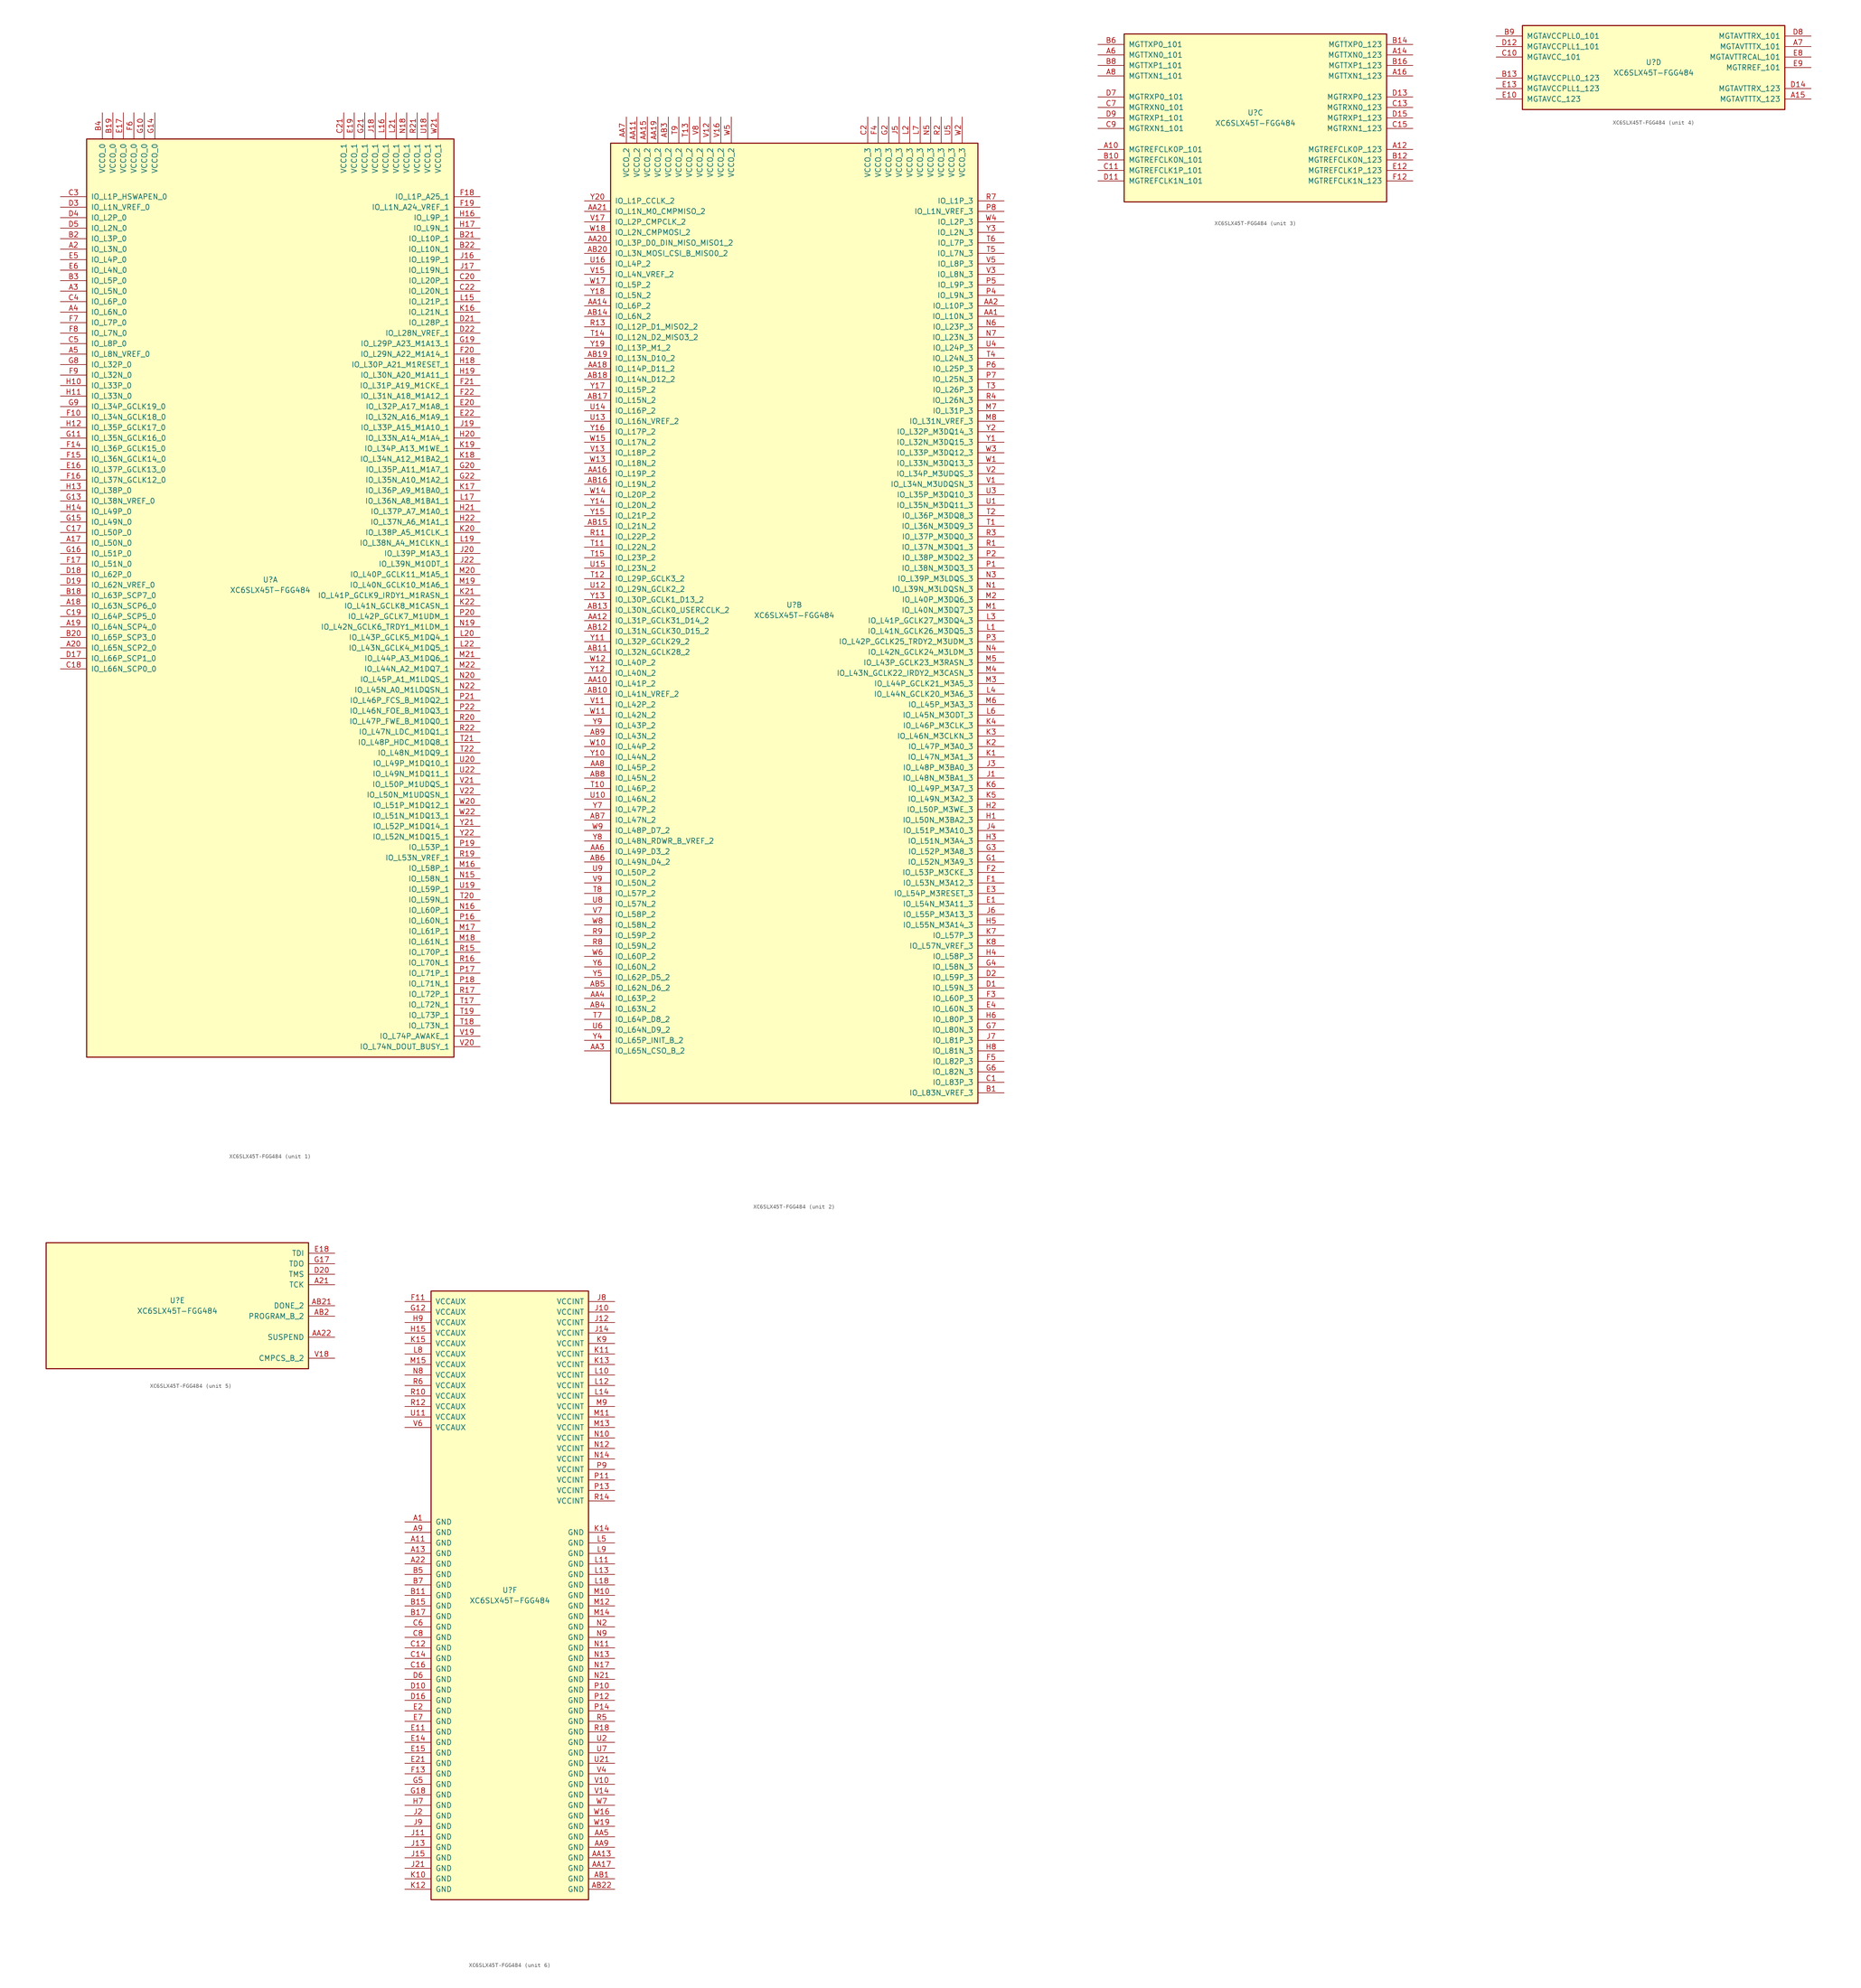
<source format=kicad_sym>
(kicad_symbol_lib
  (version 20201005)
  (generator kicad_symbol_editor)
  (symbol "FPGA_Xilinx_Spartan6:XC6SLX45T-FGG484"
    (pin_names
      (offset 1.016))
    (property "Reference" "U"
      (at 0 1.27 0)
      (effects (font (size 1.27 1.27))))
    (property "Value" "XC6SLX45T-FGG484"
      (at 0 -1.27 0)
      (effects (font (size 1.27 1.27))))
    (property "Datasheet" ""
      (at 0 0 0)
      (effects (font (size 1.27 1.27))))
    (property "ki_locked" ""
      (at 0 0 0)
      (effects (font (size 1.27 1.27))))
    (symbol "XC6SLX45T-FGG484_1_1"
      (rectangle (start -44.45 107.95) (end 44.45 -114.3) (stroke (width 0.254)) (fill (type background)))
      (pin power_in line (at -40.64 114.3 270) (length 6.35) (name "VCCO_0" (effects (font (size 1.27 1.27)))) (number "B4" (effects (font (size 1.27 1.27)))))
      (pin power_in line (at -38.1 114.3 270) (length 6.35) (name "VCCO_0" (effects (font (size 1.27 1.27)))) (number "B19" (effects (font (size 1.27 1.27)))))
      (pin power_in line (at -35.56 114.3 270) (length 6.35) (name "VCCO_0" (effects (font (size 1.27 1.27)))) (number "E17" (effects (font (size 1.27 1.27)))))
      (pin power_in line (at -33.02 114.3 270) (length 6.35) (name "VCCO_0" (effects (font (size 1.27 1.27)))) (number "F6" (effects (font (size 1.27 1.27)))))
      (pin power_in line (at -30.48 114.3 270) (length 6.35) (name "VCCO_0" (effects (font (size 1.27 1.27)))) (number "G10" (effects (font (size 1.27 1.27)))))
      (pin power_in line (at -27.94 114.3 270) (length 6.35) (name "VCCO_0" (effects (font (size 1.27 1.27)))) (number "G14" (effects (font (size 1.27 1.27)))))
      (pin bidirectional line (at -50.8 93.98 0) (length 6.35) (name "IO_L1P_HSWAPEN_0" (effects (font (size 1.27 1.27)))) (number "C3" (effects (font (size 1.27 1.27)))))
      (pin bidirectional line (at -50.8 91.44 0) (length 6.35) (name "IO_L1N_VREF_0" (effects (font (size 1.27 1.27)))) (number "D3" (effects (font (size 1.27 1.27)))))
      (pin bidirectional line (at -50.8 88.9 0) (length 6.35) (name "IO_L2P_0" (effects (font (size 1.27 1.27)))) (number "D4" (effects (font (size 1.27 1.27)))))
      (pin bidirectional line (at -50.8 86.36 0) (length 6.35) (name "IO_L2N_0" (effects (font (size 1.27 1.27)))) (number "D5" (effects (font (size 1.27 1.27)))))
      (pin bidirectional line (at -50.8 83.82 0) (length 6.35) (name "IO_L3P_0" (effects (font (size 1.27 1.27)))) (number "B2" (effects (font (size 1.27 1.27)))))
      (pin bidirectional line (at -50.8 81.28 0) (length 6.35) (name "IO_L3N_0" (effects (font (size 1.27 1.27)))) (number "A2" (effects (font (size 1.27 1.27)))))
      (pin bidirectional line (at -50.8 78.74 0) (length 6.35) (name "IO_L4P_0" (effects (font (size 1.27 1.27)))) (number "E5" (effects (font (size 1.27 1.27)))))
      (pin bidirectional line (at -50.8 76.2 0) (length 6.35) (name "IO_L4N_0" (effects (font (size 1.27 1.27)))) (number "E6" (effects (font (size 1.27 1.27)))))
      (pin bidirectional line (at -50.8 73.66 0) (length 6.35) (name "IO_L5P_0" (effects (font (size 1.27 1.27)))) (number "B3" (effects (font (size 1.27 1.27)))))
      (pin bidirectional line (at -50.8 71.12 0) (length 6.35) (name "IO_L5N_0" (effects (font (size 1.27 1.27)))) (number "A3" (effects (font (size 1.27 1.27)))))
      (pin bidirectional line (at -50.8 68.58 0) (length 6.35) (name "IO_L6P_0" (effects (font (size 1.27 1.27)))) (number "C4" (effects (font (size 1.27 1.27)))))
      (pin bidirectional line (at -50.8 66.04 0) (length 6.35) (name "IO_L6N_0" (effects (font (size 1.27 1.27)))) (number "A4" (effects (font (size 1.27 1.27)))))
      (pin bidirectional line (at -50.8 63.5 0) (length 6.35) (name "IO_L7P_0" (effects (font (size 1.27 1.27)))) (number "F7" (effects (font (size 1.27 1.27)))))
      (pin bidirectional line (at -50.8 60.96 0) (length 6.35) (name "IO_L7N_0" (effects (font (size 1.27 1.27)))) (number "F8" (effects (font (size 1.27 1.27)))))
      (pin bidirectional line (at -50.8 58.42 0) (length 6.35) (name "IO_L8P_0" (effects (font (size 1.27 1.27)))) (number "C5" (effects (font (size 1.27 1.27)))))
      (pin bidirectional line (at -50.8 55.88 0) (length 6.35) (name "IO_L8N_VREF_0" (effects (font (size 1.27 1.27)))) (number "A5" (effects (font (size 1.27 1.27)))))
      (pin bidirectional line (at -50.8 53.34 0) (length 6.35) (name "IO_L32P_0" (effects (font (size 1.27 1.27)))) (number "G8" (effects (font (size 1.27 1.27)))))
      (pin bidirectional line (at -50.8 50.8 0) (length 6.35) (name "IO_L32N_0" (effects (font (size 1.27 1.27)))) (number "F9" (effects (font (size 1.27 1.27)))))
      (pin bidirectional line (at -50.8 48.26 0) (length 6.35) (name "IO_L33P_0" (effects (font (size 1.27 1.27)))) (number "H10" (effects (font (size 1.27 1.27)))))
      (pin bidirectional line (at -50.8 45.72 0) (length 6.35) (name "IO_L33N_0" (effects (font (size 1.27 1.27)))) (number "H11" (effects (font (size 1.27 1.27)))))
      (pin bidirectional line (at -50.8 43.18 0) (length 6.35) (name "IO_L34P_GCLK19_0" (effects (font (size 1.27 1.27)))) (number "G9" (effects (font (size 1.27 1.27)))))
      (pin bidirectional line (at -50.8 40.64 0) (length 6.35) (name "IO_L34N_GCLK18_0" (effects (font (size 1.27 1.27)))) (number "F10" (effects (font (size 1.27 1.27)))))
      (pin bidirectional line (at -50.8 38.1 0) (length 6.35) (name "IO_L35P_GCLK17_0" (effects (font (size 1.27 1.27)))) (number "H12" (effects (font (size 1.27 1.27)))))
      (pin bidirectional line (at -50.8 35.56 0) (length 6.35) (name "IO_L35N_GCLK16_0" (effects (font (size 1.27 1.27)))) (number "G11" (effects (font (size 1.27 1.27)))))
      (pin bidirectional line (at -50.8 33.02 0) (length 6.35) (name "IO_L36P_GCLK15_0" (effects (font (size 1.27 1.27)))) (number "F14" (effects (font (size 1.27 1.27)))))
      (pin bidirectional line (at -50.8 30.48 0) (length 6.35) (name "IO_L36N_GCLK14_0" (effects (font (size 1.27 1.27)))) (number "F15" (effects (font (size 1.27 1.27)))))
      (pin bidirectional line (at -50.8 27.94 0) (length 6.35) (name "IO_L37P_GCLK13_0" (effects (font (size 1.27 1.27)))) (number "E16" (effects (font (size 1.27 1.27)))))
      (pin bidirectional line (at -50.8 25.4 0) (length 6.35) (name "IO_L37N_GCLK12_0" (effects (font (size 1.27 1.27)))) (number "F16" (effects (font (size 1.27 1.27)))))
      (pin bidirectional line (at -50.8 22.86 0) (length 6.35) (name "IO_L38P_0" (effects (font (size 1.27 1.27)))) (number "H13" (effects (font (size 1.27 1.27)))))
      (pin bidirectional line (at -50.8 20.32 0) (length 6.35) (name "IO_L38N_VREF_0" (effects (font (size 1.27 1.27)))) (number "G13" (effects (font (size 1.27 1.27)))))
      (pin bidirectional line (at -50.8 17.78 0) (length 6.35) (name "IO_L49P_0" (effects (font (size 1.27 1.27)))) (number "H14" (effects (font (size 1.27 1.27)))))
      (pin bidirectional line (at -50.8 15.24 0) (length 6.35) (name "IO_L49N_0" (effects (font (size 1.27 1.27)))) (number "G15" (effects (font (size 1.27 1.27)))))
      (pin bidirectional line (at -50.8 12.7 0) (length 6.35) (name "IO_L50P_0" (effects (font (size 1.27 1.27)))) (number "C17" (effects (font (size 1.27 1.27)))))
      (pin bidirectional line (at -50.8 10.16 0) (length 6.35) (name "IO_L50N_0" (effects (font (size 1.27 1.27)))) (number "A17" (effects (font (size 1.27 1.27)))))
      (pin bidirectional line (at -50.8 7.62 0) (length 6.35) (name "IO_L51P_0" (effects (font (size 1.27 1.27)))) (number "G16" (effects (font (size 1.27 1.27)))))
      (pin bidirectional line (at -50.8 5.08 0) (length 6.35) (name "IO_L51N_0" (effects (font (size 1.27 1.27)))) (number "F17" (effects (font (size 1.27 1.27)))))
      (pin bidirectional line (at -50.8 2.54 0) (length 6.35) (name "IO_L62P_0" (effects (font (size 1.27 1.27)))) (number "D18" (effects (font (size 1.27 1.27)))))
      (pin bidirectional line (at -50.8 0 0) (length 6.35) (name "IO_L62N_VREF_0" (effects (font (size 1.27 1.27)))) (number "D19" (effects (font (size 1.27 1.27)))))
      (pin bidirectional line (at -50.8 -2.54 0) (length 6.35) (name "IO_L63P_SCP7_0" (effects (font (size 1.27 1.27)))) (number "B18" (effects (font (size 1.27 1.27)))))
      (pin bidirectional line (at -50.8 -5.08 0) (length 6.35) (name "IO_L63N_SCP6_0" (effects (font (size 1.27 1.27)))) (number "A18" (effects (font (size 1.27 1.27)))))
      (pin bidirectional line (at -50.8 -7.62 0) (length 6.35) (name "IO_L64P_SCP5_0" (effects (font (size 1.27 1.27)))) (number "C19" (effects (font (size 1.27 1.27)))))
      (pin bidirectional line (at -50.8 -10.16 0) (length 6.35) (name "IO_L64N_SCP4_0" (effects (font (size 1.27 1.27)))) (number "A19" (effects (font (size 1.27 1.27)))))
      (pin bidirectional line (at -50.8 -12.7 0) (length 6.35) (name "IO_L65P_SCP3_0" (effects (font (size 1.27 1.27)))) (number "B20" (effects (font (size 1.27 1.27)))))
      (pin bidirectional line (at -50.8 -15.24 0) (length 6.35) (name "IO_L65N_SCP2_0" (effects (font (size 1.27 1.27)))) (number "A20" (effects (font (size 1.27 1.27)))))
      (pin bidirectional line (at -50.8 -17.78 0) (length 6.35) (name "IO_L66P_SCP1_0" (effects (font (size 1.27 1.27)))) (number "D17" (effects (font (size 1.27 1.27)))))
      (pin bidirectional line (at -50.8 -20.32 0) (length 6.35) (name "IO_L66N_SCP0_0" (effects (font (size 1.27 1.27)))) (number "C18" (effects (font (size 1.27 1.27)))))
      (pin power_in line (at 17.78 114.3 270) (length 6.35) (name "VCCO_1" (effects (font (size 1.27 1.27)))) (number "C21" (effects (font (size 1.27 1.27)))))
      (pin power_in line (at 20.32 114.3 270) (length 6.35) (name "VCCO_1" (effects (font (size 1.27 1.27)))) (number "E19" (effects (font (size 1.27 1.27)))))
      (pin power_in line (at 22.86 114.3 270) (length 6.35) (name "VCCO_1" (effects (font (size 1.27 1.27)))) (number "G21" (effects (font (size 1.27 1.27)))))
      (pin power_in line (at 25.4 114.3 270) (length 6.35) (name "VCCO_1" (effects (font (size 1.27 1.27)))) (number "J18" (effects (font (size 1.27 1.27)))))
      (pin power_in line (at 27.94 114.3 270) (length 6.35) (name "VCCO_1" (effects (font (size 1.27 1.27)))) (number "L16" (effects (font (size 1.27 1.27)))))
      (pin power_in line (at 30.48 114.3 270) (length 6.35) (name "VCCO_1" (effects (font (size 1.27 1.27)))) (number "L21" (effects (font (size 1.27 1.27)))))
      (pin power_in line (at 33.02 114.3 270) (length 6.35) (name "VCCO_1" (effects (font (size 1.27 1.27)))) (number "N18" (effects (font (size 1.27 1.27)))))
      (pin power_in line (at 35.56 114.3 270) (length 6.35) (name "VCCO_1" (effects (font (size 1.27 1.27)))) (number "R21" (effects (font (size 1.27 1.27)))))
      (pin power_in line (at 38.1 114.3 270) (length 6.35) (name "VCCO_1" (effects (font (size 1.27 1.27)))) (number "U18" (effects (font (size 1.27 1.27)))))
      (pin power_in line (at 40.64 114.3 270) (length 6.35) (name "VCCO_1" (effects (font (size 1.27 1.27)))) (number "W21" (effects (font (size 1.27 1.27)))))
      (pin bidirectional line (at 50.8 93.98 180) (length 6.35) (name "IO_L1P_A25_1" (effects (font (size 1.27 1.27)))) (number "F18" (effects (font (size 1.27 1.27)))))
      (pin bidirectional line (at 50.8 91.44 180) (length 6.35) (name "IO_L1N_A24_VREF_1" (effects (font (size 1.27 1.27)))) (number "F19" (effects (font (size 1.27 1.27)))))
      (pin bidirectional line (at 50.8 88.9 180) (length 6.35) (name "IO_L9P_1" (effects (font (size 1.27 1.27)))) (number "H16" (effects (font (size 1.27 1.27)))))
      (pin bidirectional line (at 50.8 86.36 180) (length 6.35) (name "IO_L9N_1" (effects (font (size 1.27 1.27)))) (number "H17" (effects (font (size 1.27 1.27)))))
      (pin bidirectional line (at 50.8 83.82 180) (length 6.35) (name "IO_L10P_1" (effects (font (size 1.27 1.27)))) (number "B21" (effects (font (size 1.27 1.27)))))
      (pin bidirectional line (at 50.8 81.28 180) (length 6.35) (name "IO_L10N_1" (effects (font (size 1.27 1.27)))) (number "B22" (effects (font (size 1.27 1.27)))))
      (pin bidirectional line (at 50.8 78.74 180) (length 6.35) (name "IO_L19P_1" (effects (font (size 1.27 1.27)))) (number "J16" (effects (font (size 1.27 1.27)))))
      (pin bidirectional line (at 50.8 76.2 180) (length 6.35) (name "IO_L19N_1" (effects (font (size 1.27 1.27)))) (number "J17" (effects (font (size 1.27 1.27)))))
      (pin bidirectional line (at 50.8 73.66 180) (length 6.35) (name "IO_L20P_1" (effects (font (size 1.27 1.27)))) (number "C20" (effects (font (size 1.27 1.27)))))
      (pin bidirectional line (at 50.8 71.12 180) (length 6.35) (name "IO_L20N_1" (effects (font (size 1.27 1.27)))) (number "C22" (effects (font (size 1.27 1.27)))))
      (pin bidirectional line (at 50.8 68.58 180) (length 6.35) (name "IO_L21P_1" (effects (font (size 1.27 1.27)))) (number "L15" (effects (font (size 1.27 1.27)))))
      (pin bidirectional line (at 50.8 66.04 180) (length 6.35) (name "IO_L21N_1" (effects (font (size 1.27 1.27)))) (number "K16" (effects (font (size 1.27 1.27)))))
      (pin bidirectional line (at 50.8 63.5 180) (length 6.35) (name "IO_L28P_1" (effects (font (size 1.27 1.27)))) (number "D21" (effects (font (size 1.27 1.27)))))
      (pin bidirectional line (at 50.8 60.96 180) (length 6.35) (name "IO_L28N_VREF_1" (effects (font (size 1.27 1.27)))) (number "D22" (effects (font (size 1.27 1.27)))))
      (pin bidirectional line (at 50.8 58.42 180) (length 6.35) (name "IO_L29P_A23_M1A13_1" (effects (font (size 1.27 1.27)))) (number "G19" (effects (font (size 1.27 1.27)))))
      (pin bidirectional line (at 50.8 55.88 180) (length 6.35) (name "IO_L29N_A22_M1A14_1" (effects (font (size 1.27 1.27)))) (number "F20" (effects (font (size 1.27 1.27)))))
      (pin bidirectional line (at 50.8 53.34 180) (length 6.35) (name "IO_L30P_A21_M1RESET_1" (effects (font (size 1.27 1.27)))) (number "H18" (effects (font (size 1.27 1.27)))))
      (pin bidirectional line (at 50.8 50.8 180) (length 6.35) (name "IO_L30N_A20_M1A11_1" (effects (font (size 1.27 1.27)))) (number "H19" (effects (font (size 1.27 1.27)))))
      (pin bidirectional line (at 50.8 48.26 180) (length 6.35) (name "IO_L31P_A19_M1CKE_1" (effects (font (size 1.27 1.27)))) (number "F21" (effects (font (size 1.27 1.27)))))
      (pin bidirectional line (at 50.8 45.72 180) (length 6.35) (name "IO_L31N_A18_M1A12_1" (effects (font (size 1.27 1.27)))) (number "F22" (effects (font (size 1.27 1.27)))))
      (pin bidirectional line (at 50.8 43.18 180) (length 6.35) (name "IO_L32P_A17_M1A8_1" (effects (font (size 1.27 1.27)))) (number "E20" (effects (font (size 1.27 1.27)))))
      (pin bidirectional line (at 50.8 40.64 180) (length 6.35) (name "IO_L32N_A16_M1A9_1" (effects (font (size 1.27 1.27)))) (number "E22" (effects (font (size 1.27 1.27)))))
      (pin bidirectional line (at 50.8 38.1 180) (length 6.35) (name "IO_L33P_A15_M1A10_1" (effects (font (size 1.27 1.27)))) (number "J19" (effects (font (size 1.27 1.27)))))
      (pin bidirectional line (at 50.8 35.56 180) (length 6.35) (name "IO_L33N_A14_M1A4_1" (effects (font (size 1.27 1.27)))) (number "H20" (effects (font (size 1.27 1.27)))))
      (pin bidirectional line (at 50.8 33.02 180) (length 6.35) (name "IO_L34P_A13_M1WE_1" (effects (font (size 1.27 1.27)))) (number "K19" (effects (font (size 1.27 1.27)))))
      (pin bidirectional line (at 50.8 30.48 180) (length 6.35) (name "IO_L34N_A12_M1BA2_1" (effects (font (size 1.27 1.27)))) (number "K18" (effects (font (size 1.27 1.27)))))
      (pin bidirectional line (at 50.8 27.94 180) (length 6.35) (name "IO_L35P_A11_M1A7_1" (effects (font (size 1.27 1.27)))) (number "G20" (effects (font (size 1.27 1.27)))))
      (pin bidirectional line (at 50.8 25.4 180) (length 6.35) (name "IO_L35N_A10_M1A2_1" (effects (font (size 1.27 1.27)))) (number "G22" (effects (font (size 1.27 1.27)))))
      (pin bidirectional line (at 50.8 22.86 180) (length 6.35) (name "IO_L36P_A9_M1BA0_1" (effects (font (size 1.27 1.27)))) (number "K17" (effects (font (size 1.27 1.27)))))
      (pin bidirectional line (at 50.8 20.32 180) (length 6.35) (name "IO_L36N_A8_M1BA1_1" (effects (font (size 1.27 1.27)))) (number "L17" (effects (font (size 1.27 1.27)))))
      (pin bidirectional line (at 50.8 17.78 180) (length 6.35) (name "IO_L37P_A7_M1A0_1" (effects (font (size 1.27 1.27)))) (number "H21" (effects (font (size 1.27 1.27)))))
      (pin bidirectional line (at 50.8 15.24 180) (length 6.35) (name "IO_L37N_A6_M1A1_1" (effects (font (size 1.27 1.27)))) (number "H22" (effects (font (size 1.27 1.27)))))
      (pin bidirectional line (at 50.8 12.7 180) (length 6.35) (name "IO_L38P_A5_M1CLK_1" (effects (font (size 1.27 1.27)))) (number "K20" (effects (font (size 1.27 1.27)))))
      (pin bidirectional line (at 50.8 10.16 180) (length 6.35) (name "IO_L38N_A4_M1CLKN_1" (effects (font (size 1.27 1.27)))) (number "L19" (effects (font (size 1.27 1.27)))))
      (pin bidirectional line (at 50.8 7.62 180) (length 6.35) (name "IO_L39P_M1A3_1" (effects (font (size 1.27 1.27)))) (number "J20" (effects (font (size 1.27 1.27)))))
      (pin bidirectional line (at 50.8 5.08 180) (length 6.35) (name "IO_L39N_M1ODT_1" (effects (font (size 1.27 1.27)))) (number "J22" (effects (font (size 1.27 1.27)))))
      (pin bidirectional line (at 50.8 2.54 180) (length 6.35) (name "IO_L40P_GCLK11_M1A5_1" (effects (font (size 1.27 1.27)))) (number "M20" (effects (font (size 1.27 1.27)))))
      (pin bidirectional line (at 50.8 0 180) (length 6.35) (name "IO_L40N_GCLK10_M1A6_1" (effects (font (size 1.27 1.27)))) (number "M19" (effects (font (size 1.27 1.27)))))
      (pin bidirectional line (at 50.8 -2.54 180) (length 6.35) (name "IO_L41P_GCLK9_IRDY1_M1RASN_1" (effects (font (size 1.27 1.27)))) (number "K21" (effects (font (size 1.27 1.27)))))
      (pin bidirectional line (at 50.8 -5.08 180) (length 6.35) (name "IO_L41N_GCLK8_M1CASN_1" (effects (font (size 1.27 1.27)))) (number "K22" (effects (font (size 1.27 1.27)))))
      (pin bidirectional line (at 50.8 -7.62 180) (length 6.35) (name "IO_L42P_GCLK7_M1UDM_1" (effects (font (size 1.27 1.27)))) (number "P20" (effects (font (size 1.27 1.27)))))
      (pin bidirectional line (at 50.8 -10.16 180) (length 6.35) (name "IO_L42N_GCLK6_TRDY1_M1LDM_1" (effects (font (size 1.27 1.27)))) (number "N19" (effects (font (size 1.27 1.27)))))
      (pin bidirectional line (at 50.8 -12.7 180) (length 6.35) (name "IO_L43P_GCLK5_M1DQ4_1" (effects (font (size 1.27 1.27)))) (number "L20" (effects (font (size 1.27 1.27)))))
      (pin bidirectional line (at 50.8 -15.24 180) (length 6.35) (name "IO_L43N_GCLK4_M1DQ5_1" (effects (font (size 1.27 1.27)))) (number "L22" (effects (font (size 1.27 1.27)))))
      (pin bidirectional line (at 50.8 -17.78 180) (length 6.35) (name "IO_L44P_A3_M1DQ6_1" (effects (font (size 1.27 1.27)))) (number "M21" (effects (font (size 1.27 1.27)))))
      (pin bidirectional line (at 50.8 -20.32 180) (length 6.35) (name "IO_L44N_A2_M1DQ7_1" (effects (font (size 1.27 1.27)))) (number "M22" (effects (font (size 1.27 1.27)))))
      (pin bidirectional line (at 50.8 -22.86 180) (length 6.35) (name "IO_L45P_A1_M1LDQS_1" (effects (font (size 1.27 1.27)))) (number "N20" (effects (font (size 1.27 1.27)))))
      (pin bidirectional line (at 50.8 -25.4 180) (length 6.35) (name "IO_L45N_A0_M1LDQSN_1" (effects (font (size 1.27 1.27)))) (number "N22" (effects (font (size 1.27 1.27)))))
      (pin bidirectional line (at 50.8 -27.94 180) (length 6.35) (name "IO_L46P_FCS_B_M1DQ2_1" (effects (font (size 1.27 1.27)))) (number "P21" (effects (font (size 1.27 1.27)))))
      (pin bidirectional line (at 50.8 -30.48 180) (length 6.35) (name "IO_L46N_FOE_B_M1DQ3_1" (effects (font (size 1.27 1.27)))) (number "P22" (effects (font (size 1.27 1.27)))))
      (pin bidirectional line (at 50.8 -33.02 180) (length 6.35) (name "IO_L47P_FWE_B_M1DQ0_1" (effects (font (size 1.27 1.27)))) (number "R20" (effects (font (size 1.27 1.27)))))
      (pin bidirectional line (at 50.8 -35.56 180) (length 6.35) (name "IO_L47N_LDC_M1DQ1_1" (effects (font (size 1.27 1.27)))) (number "R22" (effects (font (size 1.27 1.27)))))
      (pin bidirectional line (at 50.8 -38.1 180) (length 6.35) (name "IO_L48P_HDC_M1DQ8_1" (effects (font (size 1.27 1.27)))) (number "T21" (effects (font (size 1.27 1.27)))))
      (pin bidirectional line (at 50.8 -40.64 180) (length 6.35) (name "IO_L48N_M1DQ9_1" (effects (font (size 1.27 1.27)))) (number "T22" (effects (font (size 1.27 1.27)))))
      (pin bidirectional line (at 50.8 -43.18 180) (length 6.35) (name "IO_L49P_M1DQ10_1" (effects (font (size 1.27 1.27)))) (number "U20" (effects (font (size 1.27 1.27)))))
      (pin bidirectional line (at 50.8 -45.72 180) (length 6.35) (name "IO_L49N_M1DQ11_1" (effects (font (size 1.27 1.27)))) (number "U22" (effects (font (size 1.27 1.27)))))
      (pin bidirectional line (at 50.8 -48.26 180) (length 6.35) (name "IO_L50P_M1UDQS_1" (effects (font (size 1.27 1.27)))) (number "V21" (effects (font (size 1.27 1.27)))))
      (pin bidirectional line (at 50.8 -50.8 180) (length 6.35) (name "IO_L50N_M1UDQSN_1" (effects (font (size 1.27 1.27)))) (number "V22" (effects (font (size 1.27 1.27)))))
      (pin bidirectional line (at 50.8 -53.34 180) (length 6.35) (name "IO_L51P_M1DQ12_1" (effects (font (size 1.27 1.27)))) (number "W20" (effects (font (size 1.27 1.27)))))
      (pin bidirectional line (at 50.8 -55.88 180) (length 6.35) (name "IO_L51N_M1DQ13_1" (effects (font (size 1.27 1.27)))) (number "W22" (effects (font (size 1.27 1.27)))))
      (pin bidirectional line (at 50.8 -58.42 180) (length 6.35) (name "IO_L52P_M1DQ14_1" (effects (font (size 1.27 1.27)))) (number "Y21" (effects (font (size 1.27 1.27)))))
      (pin bidirectional line (at 50.8 -60.96 180) (length 6.35) (name "IO_L52N_M1DQ15_1" (effects (font (size 1.27 1.27)))) (number "Y22" (effects (font (size 1.27 1.27)))))
      (pin bidirectional line (at 50.8 -63.5 180) (length 6.35) (name "IO_L53P_1" (effects (font (size 1.27 1.27)))) (number "P19" (effects (font (size 1.27 1.27)))))
      (pin bidirectional line (at 50.8 -66.04 180) (length 6.35) (name "IO_L53N_VREF_1" (effects (font (size 1.27 1.27)))) (number "R19" (effects (font (size 1.27 1.27)))))
      (pin bidirectional line (at 50.8 -68.58 180) (length 6.35) (name "IO_L58P_1" (effects (font (size 1.27 1.27)))) (number "M16" (effects (font (size 1.27 1.27)))))
      (pin bidirectional line (at 50.8 -71.12 180) (length 6.35) (name "IO_L58N_1" (effects (font (size 1.27 1.27)))) (number "N15" (effects (font (size 1.27 1.27)))))
      (pin bidirectional line (at 50.8 -73.66 180) (length 6.35) (name "IO_L59P_1" (effects (font (size 1.27 1.27)))) (number "U19" (effects (font (size 1.27 1.27)))))
      (pin bidirectional line (at 50.8 -76.2 180) (length 6.35) (name "IO_L59N_1" (effects (font (size 1.27 1.27)))) (number "T20" (effects (font (size 1.27 1.27)))))
      (pin bidirectional line (at 50.8 -78.74 180) (length 6.35) (name "IO_L60P_1" (effects (font (size 1.27 1.27)))) (number "N16" (effects (font (size 1.27 1.27)))))
      (pin bidirectional line (at 50.8 -81.28 180) (length 6.35) (name "IO_L60N_1" (effects (font (size 1.27 1.27)))) (number "P16" (effects (font (size 1.27 1.27)))))
      (pin bidirectional line (at 50.8 -83.82 180) (length 6.35) (name "IO_L61P_1" (effects (font (size 1.27 1.27)))) (number "M17" (effects (font (size 1.27 1.27)))))
      (pin bidirectional line (at 50.8 -86.36 180) (length 6.35) (name "IO_L61N_1" (effects (font (size 1.27 1.27)))) (number "M18" (effects (font (size 1.27 1.27)))))
      (pin bidirectional line (at 50.8 -88.9 180) (length 6.35) (name "IO_L70P_1" (effects (font (size 1.27 1.27)))) (number "R15" (effects (font (size 1.27 1.27)))))
      (pin bidirectional line (at 50.8 -91.44 180) (length 6.35) (name "IO_L70N_1" (effects (font (size 1.27 1.27)))) (number "R16" (effects (font (size 1.27 1.27)))))
      (pin bidirectional line (at 50.8 -93.98 180) (length 6.35) (name "IO_L71P_1" (effects (font (size 1.27 1.27)))) (number "P17" (effects (font (size 1.27 1.27)))))
      (pin bidirectional line (at 50.8 -96.52 180) (length 6.35) (name "IO_L71N_1" (effects (font (size 1.27 1.27)))) (number "P18" (effects (font (size 1.27 1.27)))))
      (pin bidirectional line (at 50.8 -99.06 180) (length 6.35) (name "IO_L72P_1" (effects (font (size 1.27 1.27)))) (number "R17" (effects (font (size 1.27 1.27)))))
      (pin bidirectional line (at 50.8 -101.6 180) (length 6.35) (name "IO_L72N_1" (effects (font (size 1.27 1.27)))) (number "T17" (effects (font (size 1.27 1.27)))))
      (pin bidirectional line (at 50.8 -104.14 180) (length 6.35) (name "IO_L73P_1" (effects (font (size 1.27 1.27)))) (number "T19" (effects (font (size 1.27 1.27)))))
      (pin bidirectional line (at 50.8 -106.68 180) (length 6.35) (name "IO_L73N_1" (effects (font (size 1.27 1.27)))) (number "T18" (effects (font (size 1.27 1.27)))))
      (pin bidirectional line (at 50.8 -109.22 180) (length 6.35) (name "IO_L74P_AWAKE_1" (effects (font (size 1.27 1.27)))) (number "V19" (effects (font (size 1.27 1.27)))))
      (pin bidirectional line (at 50.8 -111.76 180) (length 6.35) (name "IO_L74N_DOUT_BUSY_1" (effects (font (size 1.27 1.27)))) (number "V20" (effects (font (size 1.27 1.27))))))
    (symbol "XC6SLX45T-FGG484_2_1"
      (rectangle (start -44.45 113.03) (end 44.45 -119.38) (stroke (width 0.254)) (fill (type background)))
      (pin power_in line (at -40.64 119.38 270) (length 6.35) (name "VCCO_2" (effects (font (size 1.27 1.27)))) (number "AA7" (effects (font (size 1.27 1.27)))))
      (pin power_in line (at -38.1 119.38 270) (length 6.35) (name "VCCO_2" (effects (font (size 1.27 1.27)))) (number "AA11" (effects (font (size 1.27 1.27)))))
      (pin power_in line (at -35.56 119.38 270) (length 6.35) (name "VCCO_2" (effects (font (size 1.27 1.27)))) (number "AA15" (effects (font (size 1.27 1.27)))))
      (pin power_in line (at -33.02 119.38 270) (length 6.35) (name "VCCO_2" (effects (font (size 1.27 1.27)))) (number "AA19" (effects (font (size 1.27 1.27)))))
      (pin power_in line (at -30.48 119.38 270) (length 6.35) (name "VCCO_2" (effects (font (size 1.27 1.27)))) (number "AB3" (effects (font (size 1.27 1.27)))))
      (pin power_in line (at -27.94 119.38 270) (length 6.35) (name "VCCO_2" (effects (font (size 1.27 1.27)))) (number "T9" (effects (font (size 1.27 1.27)))))
      (pin power_in line (at -25.4 119.38 270) (length 6.35) (name "VCCO_2" (effects (font (size 1.27 1.27)))) (number "T13" (effects (font (size 1.27 1.27)))))
      (pin power_in line (at -22.86 119.38 270) (length 6.35) (name "VCCO_2" (effects (font (size 1.27 1.27)))) (number "V8" (effects (font (size 1.27 1.27)))))
      (pin power_in line (at -20.32 119.38 270) (length 6.35) (name "VCCO_2" (effects (font (size 1.27 1.27)))) (number "V12" (effects (font (size 1.27 1.27)))))
      (pin power_in line (at -17.78 119.38 270) (length 6.35) (name "VCCO_2" (effects (font (size 1.27 1.27)))) (number "V16" (effects (font (size 1.27 1.27)))))
      (pin power_in line (at -15.24 119.38 270) (length 6.35) (name "VCCO_2" (effects (font (size 1.27 1.27)))) (number "W5" (effects (font (size 1.27 1.27)))))
      (pin bidirectional line (at -50.8 99.06 0) (length 6.35) (name "IO_L1P_CCLK_2" (effects (font (size 1.27 1.27)))) (number "Y20" (effects (font (size 1.27 1.27)))))
      (pin bidirectional line (at -50.8 96.52 0) (length 6.35) (name "IO_L1N_M0_CMPMISO_2" (effects (font (size 1.27 1.27)))) (number "AA21" (effects (font (size 1.27 1.27)))))
      (pin bidirectional line (at -50.8 93.98 0) (length 6.35) (name "IO_L2P_CMPCLK_2" (effects (font (size 1.27 1.27)))) (number "V17" (effects (font (size 1.27 1.27)))))
      (pin bidirectional line (at -50.8 91.44 0) (length 6.35) (name "IO_L2N_CMPMOSI_2" (effects (font (size 1.27 1.27)))) (number "W18" (effects (font (size 1.27 1.27)))))
      (pin bidirectional line (at -50.8 88.9 0) (length 6.35) (name "IO_L3P_D0_DIN_MISO_MISO1_2" (effects (font (size 1.27 1.27)))) (number "AA20" (effects (font (size 1.27 1.27)))))
      (pin bidirectional line (at -50.8 86.36 0) (length 6.35) (name "IO_L3N_MOSI_CSI_B_MISO0_2" (effects (font (size 1.27 1.27)))) (number "AB20" (effects (font (size 1.27 1.27)))))
      (pin bidirectional line (at -50.8 83.82 0) (length 6.35) (name "IO_L4P_2" (effects (font (size 1.27 1.27)))) (number "U16" (effects (font (size 1.27 1.27)))))
      (pin bidirectional line (at -50.8 81.28 0) (length 6.35) (name "IO_L4N_VREF_2" (effects (font (size 1.27 1.27)))) (number "V15" (effects (font (size 1.27 1.27)))))
      (pin bidirectional line (at -50.8 78.74 0) (length 6.35) (name "IO_L5P_2" (effects (font (size 1.27 1.27)))) (number "W17" (effects (font (size 1.27 1.27)))))
      (pin bidirectional line (at -50.8 76.2 0) (length 6.35) (name "IO_L5N_2" (effects (font (size 1.27 1.27)))) (number "Y18" (effects (font (size 1.27 1.27)))))
      (pin bidirectional line (at -50.8 73.66 0) (length 6.35) (name "IO_L6P_2" (effects (font (size 1.27 1.27)))) (number "AA14" (effects (font (size 1.27 1.27)))))
      (pin bidirectional line (at -50.8 71.12 0) (length 6.35) (name "IO_L6N_2" (effects (font (size 1.27 1.27)))) (number "AB14" (effects (font (size 1.27 1.27)))))
      (pin bidirectional line (at -50.8 68.58 0) (length 6.35) (name "IO_L12P_D1_MISO2_2" (effects (font (size 1.27 1.27)))) (number "R13" (effects (font (size 1.27 1.27)))))
      (pin bidirectional line (at -50.8 66.04 0) (length 6.35) (name "IO_L12N_D2_MISO3_2" (effects (font (size 1.27 1.27)))) (number "T14" (effects (font (size 1.27 1.27)))))
      (pin bidirectional line (at -50.8 63.5 0) (length 6.35) (name "IO_L13P_M1_2" (effects (font (size 1.27 1.27)))) (number "Y19" (effects (font (size 1.27 1.27)))))
      (pin bidirectional line (at -50.8 60.96 0) (length 6.35) (name "IO_L13N_D10_2" (effects (font (size 1.27 1.27)))) (number "AB19" (effects (font (size 1.27 1.27)))))
      (pin bidirectional line (at -50.8 58.42 0) (length 6.35) (name "IO_L14P_D11_2" (effects (font (size 1.27 1.27)))) (number "AA18" (effects (font (size 1.27 1.27)))))
      (pin bidirectional line (at -50.8 55.88 0) (length 6.35) (name "IO_L14N_D12_2" (effects (font (size 1.27 1.27)))) (number "AB18" (effects (font (size 1.27 1.27)))))
      (pin bidirectional line (at -50.8 53.34 0) (length 6.35) (name "IO_L15P_2" (effects (font (size 1.27 1.27)))) (number "Y17" (effects (font (size 1.27 1.27)))))
      (pin bidirectional line (at -50.8 50.8 0) (length 6.35) (name "IO_L15N_2" (effects (font (size 1.27 1.27)))) (number "AB17" (effects (font (size 1.27 1.27)))))
      (pin bidirectional line (at -50.8 48.26 0) (length 6.35) (name "IO_L16P_2" (effects (font (size 1.27 1.27)))) (number "U14" (effects (font (size 1.27 1.27)))))
      (pin bidirectional line (at -50.8 45.72 0) (length 6.35) (name "IO_L16N_VREF_2" (effects (font (size 1.27 1.27)))) (number "U13" (effects (font (size 1.27 1.27)))))
      (pin bidirectional line (at -50.8 43.18 0) (length 6.35) (name "IO_L17P_2" (effects (font (size 1.27 1.27)))) (number "Y16" (effects (font (size 1.27 1.27)))))
      (pin bidirectional line (at -50.8 40.64 0) (length 6.35) (name "IO_L17N_2" (effects (font (size 1.27 1.27)))) (number "W15" (effects (font (size 1.27 1.27)))))
      (pin bidirectional line (at -50.8 38.1 0) (length 6.35) (name "IO_L18P_2" (effects (font (size 1.27 1.27)))) (number "V13" (effects (font (size 1.27 1.27)))))
      (pin bidirectional line (at -50.8 35.56 0) (length 6.35) (name "IO_L18N_2" (effects (font (size 1.27 1.27)))) (number "W13" (effects (font (size 1.27 1.27)))))
      (pin bidirectional line (at -50.8 33.02 0) (length 6.35) (name "IO_L19P_2" (effects (font (size 1.27 1.27)))) (number "AA16" (effects (font (size 1.27 1.27)))))
      (pin bidirectional line (at -50.8 30.48 0) (length 6.35) (name "IO_L19N_2" (effects (font (size 1.27 1.27)))) (number "AB16" (effects (font (size 1.27 1.27)))))
      (pin bidirectional line (at -50.8 27.94 0) (length 6.35) (name "IO_L20P_2" (effects (font (size 1.27 1.27)))) (number "W14" (effects (font (size 1.27 1.27)))))
      (pin bidirectional line (at -50.8 25.4 0) (length 6.35) (name "IO_L20N_2" (effects (font (size 1.27 1.27)))) (number "Y14" (effects (font (size 1.27 1.27)))))
      (pin bidirectional line (at -50.8 22.86 0) (length 6.35) (name "IO_L21P_2" (effects (font (size 1.27 1.27)))) (number "Y15" (effects (font (size 1.27 1.27)))))
      (pin bidirectional line (at -50.8 20.32 0) (length 6.35) (name "IO_L21N_2" (effects (font (size 1.27 1.27)))) (number "AB15" (effects (font (size 1.27 1.27)))))
      (pin bidirectional line (at -50.8 17.78 0) (length 6.35) (name "IO_L22P_2" (effects (font (size 1.27 1.27)))) (number "R11" (effects (font (size 1.27 1.27)))))
      (pin bidirectional line (at -50.8 15.24 0) (length 6.35) (name "IO_L22N_2" (effects (font (size 1.27 1.27)))) (number "T11" (effects (font (size 1.27 1.27)))))
      (pin bidirectional line (at -50.8 12.7 0) (length 6.35) (name "IO_L23P_2" (effects (font (size 1.27 1.27)))) (number "T15" (effects (font (size 1.27 1.27)))))
      (pin bidirectional line (at -50.8 10.16 0) (length 6.35) (name "IO_L23N_2" (effects (font (size 1.27 1.27)))) (number "U15" (effects (font (size 1.27 1.27)))))
      (pin bidirectional line (at -50.8 7.62 0) (length 6.35) (name "IO_L29P_GCLK3_2" (effects (font (size 1.27 1.27)))) (number "T12" (effects (font (size 1.27 1.27)))))
      (pin bidirectional line (at -50.8 5.08 0) (length 6.35) (name "IO_L29N_GCLK2_2" (effects (font (size 1.27 1.27)))) (number "U12" (effects (font (size 1.27 1.27)))))
      (pin bidirectional line (at -50.8 2.54 0) (length 6.35) (name "IO_L30P_GCLK1_D13_2" (effects (font (size 1.27 1.27)))) (number "Y13" (effects (font (size 1.27 1.27)))))
      (pin bidirectional line (at -50.8 0 0) (length 6.35) (name "IO_L30N_GCLK0_USERCCLK_2" (effects (font (size 1.27 1.27)))) (number "AB13" (effects (font (size 1.27 1.27)))))
      (pin bidirectional line (at -50.8 -2.54 0) (length 6.35) (name "IO_L31P_GCLK31_D14_2" (effects (font (size 1.27 1.27)))) (number "AA12" (effects (font (size 1.27 1.27)))))
      (pin bidirectional line (at -50.8 -5.08 0) (length 6.35) (name "IO_L31N_GCLK30_D15_2" (effects (font (size 1.27 1.27)))) (number "AB12" (effects (font (size 1.27 1.27)))))
      (pin bidirectional line (at -50.8 -7.62 0) (length 6.35) (name "IO_L32P_GCLK29_2" (effects (font (size 1.27 1.27)))) (number "Y11" (effects (font (size 1.27 1.27)))))
      (pin bidirectional line (at -50.8 -10.16 0) (length 6.35) (name "IO_L32N_GCLK28_2" (effects (font (size 1.27 1.27)))) (number "AB11" (effects (font (size 1.27 1.27)))))
      (pin bidirectional line (at -50.8 -12.7 0) (length 6.35) (name "IO_L40P_2" (effects (font (size 1.27 1.27)))) (number "W12" (effects (font (size 1.27 1.27)))))
      (pin bidirectional line (at -50.8 -15.24 0) (length 6.35) (name "IO_L40N_2" (effects (font (size 1.27 1.27)))) (number "Y12" (effects (font (size 1.27 1.27)))))
      (pin bidirectional line (at -50.8 -17.78 0) (length 6.35) (name "IO_L41P_2" (effects (font (size 1.27 1.27)))) (number "AA10" (effects (font (size 1.27 1.27)))))
      (pin bidirectional line (at -50.8 -20.32 0) (length 6.35) (name "IO_L41N_VREF_2" (effects (font (size 1.27 1.27)))) (number "AB10" (effects (font (size 1.27 1.27)))))
      (pin bidirectional line (at -50.8 -22.86 0) (length 6.35) (name "IO_L42P_2" (effects (font (size 1.27 1.27)))) (number "V11" (effects (font (size 1.27 1.27)))))
      (pin bidirectional line (at -50.8 -25.4 0) (length 6.35) (name "IO_L42N_2" (effects (font (size 1.27 1.27)))) (number "W11" (effects (font (size 1.27 1.27)))))
      (pin bidirectional line (at -50.8 -27.94 0) (length 6.35) (name "IO_L43P_2" (effects (font (size 1.27 1.27)))) (number "Y9" (effects (font (size 1.27 1.27)))))
      (pin bidirectional line (at -50.8 -30.48 0) (length 6.35) (name "IO_L43N_2" (effects (font (size 1.27 1.27)))) (number "AB9" (effects (font (size 1.27 1.27)))))
      (pin bidirectional line (at -50.8 -33.02 0) (length 6.35) (name "IO_L44P_2" (effects (font (size 1.27 1.27)))) (number "W10" (effects (font (size 1.27 1.27)))))
      (pin bidirectional line (at -50.8 -35.56 0) (length 6.35) (name "IO_L44N_2" (effects (font (size 1.27 1.27)))) (number "Y10" (effects (font (size 1.27 1.27)))))
      (pin bidirectional line (at -50.8 -38.1 0) (length 6.35) (name "IO_L45P_2" (effects (font (size 1.27 1.27)))) (number "AA8" (effects (font (size 1.27 1.27)))))
      (pin bidirectional line (at -50.8 -40.64 0) (length 6.35) (name "IO_L45N_2" (effects (font (size 1.27 1.27)))) (number "AB8" (effects (font (size 1.27 1.27)))))
      (pin bidirectional line (at -50.8 -43.18 0) (length 6.35) (name "IO_L46P_2" (effects (font (size 1.27 1.27)))) (number "T10" (effects (font (size 1.27 1.27)))))
      (pin bidirectional line (at -50.8 -45.72 0) (length 6.35) (name "IO_L46N_2" (effects (font (size 1.27 1.27)))) (number "U10" (effects (font (size 1.27 1.27)))))
      (pin bidirectional line (at -50.8 -48.26 0) (length 6.35) (name "IO_L47P_2" (effects (font (size 1.27 1.27)))) (number "Y7" (effects (font (size 1.27 1.27)))))
      (pin bidirectional line (at -50.8 -50.8 0) (length 6.35) (name "IO_L47N_2" (effects (font (size 1.27 1.27)))) (number "AB7" (effects (font (size 1.27 1.27)))))
      (pin bidirectional line (at -50.8 -53.34 0) (length 6.35) (name "IO_L48P_D7_2" (effects (font (size 1.27 1.27)))) (number "W9" (effects (font (size 1.27 1.27)))))
      (pin bidirectional line (at -50.8 -55.88 0) (length 6.35) (name "IO_L48N_RDWR_B_VREF_2" (effects (font (size 1.27 1.27)))) (number "Y8" (effects (font (size 1.27 1.27)))))
      (pin bidirectional line (at -50.8 -58.42 0) (length 6.35) (name "IO_L49P_D3_2" (effects (font (size 1.27 1.27)))) (number "AA6" (effects (font (size 1.27 1.27)))))
      (pin bidirectional line (at -50.8 -60.96 0) (length 6.35) (name "IO_L49N_D4_2" (effects (font (size 1.27 1.27)))) (number "AB6" (effects (font (size 1.27 1.27)))))
      (pin bidirectional line (at -50.8 -63.5 0) (length 6.35) (name "IO_L50P_2" (effects (font (size 1.27 1.27)))) (number "U9" (effects (font (size 1.27 1.27)))))
      (pin bidirectional line (at -50.8 -66.04 0) (length 6.35) (name "IO_L50N_2" (effects (font (size 1.27 1.27)))) (number "V9" (effects (font (size 1.27 1.27)))))
      (pin bidirectional line (at -50.8 -68.58 0) (length 6.35) (name "IO_L57P_2" (effects (font (size 1.27 1.27)))) (number "T8" (effects (font (size 1.27 1.27)))))
      (pin bidirectional line (at -50.8 -71.12 0) (length 6.35) (name "IO_L57N_2" (effects (font (size 1.27 1.27)))) (number "U8" (effects (font (size 1.27 1.27)))))
      (pin bidirectional line (at -50.8 -73.66 0) (length 6.35) (name "IO_L58P_2" (effects (font (size 1.27 1.27)))) (number "V7" (effects (font (size 1.27 1.27)))))
      (pin bidirectional line (at -50.8 -76.2 0) (length 6.35) (name "IO_L58N_2" (effects (font (size 1.27 1.27)))) (number "W8" (effects (font (size 1.27 1.27)))))
      (pin bidirectional line (at -50.8 -78.74 0) (length 6.35) (name "IO_L59P_2" (effects (font (size 1.27 1.27)))) (number "R9" (effects (font (size 1.27 1.27)))))
      (pin bidirectional line (at -50.8 -81.28 0) (length 6.35) (name "IO_L59N_2" (effects (font (size 1.27 1.27)))) (number "R8" (effects (font (size 1.27 1.27)))))
      (pin bidirectional line (at -50.8 -83.82 0) (length 6.35) (name "IO_L60P_2" (effects (font (size 1.27 1.27)))) (number "W6" (effects (font (size 1.27 1.27)))))
      (pin bidirectional line (at -50.8 -86.36 0) (length 6.35) (name "IO_L60N_2" (effects (font (size 1.27 1.27)))) (number "Y6" (effects (font (size 1.27 1.27)))))
      (pin bidirectional line (at -50.8 -88.9 0) (length 6.35) (name "IO_L62P_D5_2" (effects (font (size 1.27 1.27)))) (number "Y5" (effects (font (size 1.27 1.27)))))
      (pin bidirectional line (at -50.8 -91.44 0) (length 6.35) (name "IO_L62N_D6_2" (effects (font (size 1.27 1.27)))) (number "AB5" (effects (font (size 1.27 1.27)))))
      (pin bidirectional line (at -50.8 -93.98 0) (length 6.35) (name "IO_L63P_2" (effects (font (size 1.27 1.27)))) (number "AA4" (effects (font (size 1.27 1.27)))))
      (pin bidirectional line (at -50.8 -96.52 0) (length 6.35) (name "IO_L63N_2" (effects (font (size 1.27 1.27)))) (number "AB4" (effects (font (size 1.27 1.27)))))
      (pin bidirectional line (at -50.8 -99.06 0) (length 6.35) (name "IO_L64P_D8_2" (effects (font (size 1.27 1.27)))) (number "T7" (effects (font (size 1.27 1.27)))))
      (pin bidirectional line (at -50.8 -101.6 0) (length 6.35) (name "IO_L64N_D9_2" (effects (font (size 1.27 1.27)))) (number "U6" (effects (font (size 1.27 1.27)))))
      (pin bidirectional line (at -50.8 -104.14 0) (length 6.35) (name "IO_L65P_INIT_B_2" (effects (font (size 1.27 1.27)))) (number "Y4" (effects (font (size 1.27 1.27)))))
      (pin bidirectional line (at -50.8 -106.68 0) (length 6.35) (name "IO_L65N_CSO_B_2" (effects (font (size 1.27 1.27)))) (number "AA3" (effects (font (size 1.27 1.27)))))
      (pin power_in line (at 17.78 119.38 270) (length 6.35) (name "VCCO_3" (effects (font (size 1.27 1.27)))) (number "C2" (effects (font (size 1.27 1.27)))))
      (pin power_in line (at 20.32 119.38 270) (length 6.35) (name "VCCO_3" (effects (font (size 1.27 1.27)))) (number "F4" (effects (font (size 1.27 1.27)))))
      (pin power_in line (at 22.86 119.38 270) (length 6.35) (name "VCCO_3" (effects (font (size 1.27 1.27)))) (number "G2" (effects (font (size 1.27 1.27)))))
      (pin power_in line (at 25.4 119.38 270) (length 6.35) (name "VCCO_3" (effects (font (size 1.27 1.27)))) (number "J5" (effects (font (size 1.27 1.27)))))
      (pin power_in line (at 27.94 119.38 270) (length 6.35) (name "VCCO_3" (effects (font (size 1.27 1.27)))) (number "L2" (effects (font (size 1.27 1.27)))))
      (pin power_in line (at 30.48 119.38 270) (length 6.35) (name "VCCO_3" (effects (font (size 1.27 1.27)))) (number "L7" (effects (font (size 1.27 1.27)))))
      (pin power_in line (at 33.02 119.38 270) (length 6.35) (name "VCCO_3" (effects (font (size 1.27 1.27)))) (number "N5" (effects (font (size 1.27 1.27)))))
      (pin power_in line (at 35.56 119.38 270) (length 6.35) (name "VCCO_3" (effects (font (size 1.27 1.27)))) (number "R2" (effects (font (size 1.27 1.27)))))
      (pin power_in line (at 38.1 119.38 270) (length 6.35) (name "VCCO_3" (effects (font (size 1.27 1.27)))) (number "U5" (effects (font (size 1.27 1.27)))))
      (pin power_in line (at 40.64 119.38 270) (length 6.35) (name "VCCO_3" (effects (font (size 1.27 1.27)))) (number "W2" (effects (font (size 1.27 1.27)))))
      (pin bidirectional line (at 50.8 99.06 180) (length 6.35) (name "IO_L1P_3" (effects (font (size 1.27 1.27)))) (number "R7" (effects (font (size 1.27 1.27)))))
      (pin bidirectional line (at 50.8 96.52 180) (length 6.35) (name "IO_L1N_VREF_3" (effects (font (size 1.27 1.27)))) (number "P8" (effects (font (size 1.27 1.27)))))
      (pin bidirectional line (at 50.8 93.98 180) (length 6.35) (name "IO_L2P_3" (effects (font (size 1.27 1.27)))) (number "W4" (effects (font (size 1.27 1.27)))))
      (pin bidirectional line (at 50.8 91.44 180) (length 6.35) (name "IO_L2N_3" (effects (font (size 1.27 1.27)))) (number "Y3" (effects (font (size 1.27 1.27)))))
      (pin bidirectional line (at 50.8 88.9 180) (length 6.35) (name "IO_L7P_3" (effects (font (size 1.27 1.27)))) (number "T6" (effects (font (size 1.27 1.27)))))
      (pin bidirectional line (at 50.8 86.36 180) (length 6.35) (name "IO_L7N_3" (effects (font (size 1.27 1.27)))) (number "T5" (effects (font (size 1.27 1.27)))))
      (pin bidirectional line (at 50.8 83.82 180) (length 6.35) (name "IO_L8P_3" (effects (font (size 1.27 1.27)))) (number "V5" (effects (font (size 1.27 1.27)))))
      (pin bidirectional line (at 50.8 81.28 180) (length 6.35) (name "IO_L8N_3" (effects (font (size 1.27 1.27)))) (number "V3" (effects (font (size 1.27 1.27)))))
      (pin bidirectional line (at 50.8 78.74 180) (length 6.35) (name "IO_L9P_3" (effects (font (size 1.27 1.27)))) (number "P5" (effects (font (size 1.27 1.27)))))
      (pin bidirectional line (at 50.8 76.2 180) (length 6.35) (name "IO_L9N_3" (effects (font (size 1.27 1.27)))) (number "P4" (effects (font (size 1.27 1.27)))))
      (pin bidirectional line (at 50.8 73.66 180) (length 6.35) (name "IO_L10P_3" (effects (font (size 1.27 1.27)))) (number "AA2" (effects (font (size 1.27 1.27)))))
      (pin bidirectional line (at 50.8 71.12 180) (length 6.35) (name "IO_L10N_3" (effects (font (size 1.27 1.27)))) (number "AA1" (effects (font (size 1.27 1.27)))))
      (pin bidirectional line (at 50.8 68.58 180) (length 6.35) (name "IO_L23P_3" (effects (font (size 1.27 1.27)))) (number "N6" (effects (font (size 1.27 1.27)))))
      (pin bidirectional line (at 50.8 66.04 180) (length 6.35) (name "IO_L23N_3" (effects (font (size 1.27 1.27)))) (number "N7" (effects (font (size 1.27 1.27)))))
      (pin bidirectional line (at 50.8 63.5 180) (length 6.35) (name "IO_L24P_3" (effects (font (size 1.27 1.27)))) (number "U4" (effects (font (size 1.27 1.27)))))
      (pin bidirectional line (at 50.8 60.96 180) (length 6.35) (name "IO_L24N_3" (effects (font (size 1.27 1.27)))) (number "T4" (effects (font (size 1.27 1.27)))))
      (pin bidirectional line (at 50.8 58.42 180) (length 6.35) (name "IO_L25P_3" (effects (font (size 1.27 1.27)))) (number "P6" (effects (font (size 1.27 1.27)))))
      (pin bidirectional line (at 50.8 55.88 180) (length 6.35) (name "IO_L25N_3" (effects (font (size 1.27 1.27)))) (number "P7" (effects (font (size 1.27 1.27)))))
      (pin bidirectional line (at 50.8 53.34 180) (length 6.35) (name "IO_L26P_3" (effects (font (size 1.27 1.27)))) (number "T3" (effects (font (size 1.27 1.27)))))
      (pin bidirectional line (at 50.8 50.8 180) (length 6.35) (name "IO_L26N_3" (effects (font (size 1.27 1.27)))) (number "R4" (effects (font (size 1.27 1.27)))))
      (pin bidirectional line (at 50.8 48.26 180) (length 6.35) (name "IO_L31P_3" (effects (font (size 1.27 1.27)))) (number "M7" (effects (font (size 1.27 1.27)))))
      (pin bidirectional line (at 50.8 45.72 180) (length 6.35) (name "IO_L31N_VREF_3" (effects (font (size 1.27 1.27)))) (number "M8" (effects (font (size 1.27 1.27)))))
      (pin bidirectional line (at 50.8 43.18 180) (length 6.35) (name "IO_L32P_M3DQ14_3" (effects (font (size 1.27 1.27)))) (number "Y2" (effects (font (size 1.27 1.27)))))
      (pin bidirectional line (at 50.8 40.64 180) (length 6.35) (name "IO_L32N_M3DQ15_3" (effects (font (size 1.27 1.27)))) (number "Y1" (effects (font (size 1.27 1.27)))))
      (pin bidirectional line (at 50.8 38.1 180) (length 6.35) (name "IO_L33P_M3DQ12_3" (effects (font (size 1.27 1.27)))) (number "W3" (effects (font (size 1.27 1.27)))))
      (pin bidirectional line (at 50.8 35.56 180) (length 6.35) (name "IO_L33N_M3DQ13_3" (effects (font (size 1.27 1.27)))) (number "W1" (effects (font (size 1.27 1.27)))))
      (pin bidirectional line (at 50.8 33.02 180) (length 6.35) (name "IO_L34P_M3UDQS_3" (effects (font (size 1.27 1.27)))) (number "V2" (effects (font (size 1.27 1.27)))))
      (pin bidirectional line (at 50.8 30.48 180) (length 6.35) (name "IO_L34N_M3UDQSN_3" (effects (font (size 1.27 1.27)))) (number "V1" (effects (font (size 1.27 1.27)))))
      (pin bidirectional line (at 50.8 27.94 180) (length 6.35) (name "IO_L35P_M3DQ10_3" (effects (font (size 1.27 1.27)))) (number "U3" (effects (font (size 1.27 1.27)))))
      (pin bidirectional line (at 50.8 25.4 180) (length 6.35) (name "IO_L35N_M3DQ11_3" (effects (font (size 1.27 1.27)))) (number "U1" (effects (font (size 1.27 1.27)))))
      (pin bidirectional line (at 50.8 22.86 180) (length 6.35) (name "IO_L36P_M3DQ8_3" (effects (font (size 1.27 1.27)))) (number "T2" (effects (font (size 1.27 1.27)))))
      (pin bidirectional line (at 50.8 20.32 180) (length 6.35) (name "IO_L36N_M3DQ9_3" (effects (font (size 1.27 1.27)))) (number "T1" (effects (font (size 1.27 1.27)))))
      (pin bidirectional line (at 50.8 17.78 180) (length 6.35) (name "IO_L37P_M3DQ0_3" (effects (font (size 1.27 1.27)))) (number "R3" (effects (font (size 1.27 1.27)))))
      (pin bidirectional line (at 50.8 15.24 180) (length 6.35) (name "IO_L37N_M3DQ1_3" (effects (font (size 1.27 1.27)))) (number "R1" (effects (font (size 1.27 1.27)))))
      (pin bidirectional line (at 50.8 12.7 180) (length 6.35) (name "IO_L38P_M3DQ2_3" (effects (font (size 1.27 1.27)))) (number "P2" (effects (font (size 1.27 1.27)))))
      (pin bidirectional line (at 50.8 10.16 180) (length 6.35) (name "IO_L38N_M3DQ3_3" (effects (font (size 1.27 1.27)))) (number "P1" (effects (font (size 1.27 1.27)))))
      (pin bidirectional line (at 50.8 7.62 180) (length 6.35) (name "IO_L39P_M3LDQS_3" (effects (font (size 1.27 1.27)))) (number "N3" (effects (font (size 1.27 1.27)))))
      (pin bidirectional line (at 50.8 5.08 180) (length 6.35) (name "IO_L39N_M3LDQSN_3" (effects (font (size 1.27 1.27)))) (number "N1" (effects (font (size 1.27 1.27)))))
      (pin bidirectional line (at 50.8 2.54 180) (length 6.35) (name "IO_L40P_M3DQ6_3" (effects (font (size 1.27 1.27)))) (number "M2" (effects (font (size 1.27 1.27)))))
      (pin bidirectional line (at 50.8 0 180) (length 6.35) (name "IO_L40N_M3DQ7_3" (effects (font (size 1.27 1.27)))) (number "M1" (effects (font (size 1.27 1.27)))))
      (pin bidirectional line (at 50.8 -2.54 180) (length 6.35) (name "IO_L41P_GCLK27_M3DQ4_3" (effects (font (size 1.27 1.27)))) (number "L3" (effects (font (size 1.27 1.27)))))
      (pin bidirectional line (at 50.8 -5.08 180) (length 6.35) (name "IO_L41N_GCLK26_M3DQ5_3" (effects (font (size 1.27 1.27)))) (number "L1" (effects (font (size 1.27 1.27)))))
      (pin bidirectional line (at 50.8 -7.62 180) (length 6.35) (name "IO_L42P_GCLK25_TRDY2_M3UDM_3" (effects (font (size 1.27 1.27)))) (number "P3" (effects (font (size 1.27 1.27)))))
      (pin bidirectional line (at 50.8 -10.16 180) (length 6.35) (name "IO_L42N_GCLK24_M3LDM_3" (effects (font (size 1.27 1.27)))) (number "N4" (effects (font (size 1.27 1.27)))))
      (pin bidirectional line (at 50.8 -12.7 180) (length 6.35) (name "IO_L43P_GCLK23_M3RASN_3" (effects (font (size 1.27 1.27)))) (number "M5" (effects (font (size 1.27 1.27)))))
      (pin bidirectional line (at 50.8 -15.24 180) (length 6.35) (name "IO_L43N_GCLK22_IRDY2_M3CASN_3" (effects (font (size 1.27 1.27)))) (number "M4" (effects (font (size 1.27 1.27)))))
      (pin bidirectional line (at 50.8 -17.78 180) (length 6.35) (name "IO_L44P_GCLK21_M3A5_3" (effects (font (size 1.27 1.27)))) (number "M3" (effects (font (size 1.27 1.27)))))
      (pin bidirectional line (at 50.8 -20.32 180) (length 6.35) (name "IO_L44N_GCLK20_M3A6_3" (effects (font (size 1.27 1.27)))) (number "L4" (effects (font (size 1.27 1.27)))))
      (pin bidirectional line (at 50.8 -22.86 180) (length 6.35) (name "IO_L45P_M3A3_3" (effects (font (size 1.27 1.27)))) (number "M6" (effects (font (size 1.27 1.27)))))
      (pin bidirectional line (at 50.8 -25.4 180) (length 6.35) (name "IO_L45N_M3ODT_3" (effects (font (size 1.27 1.27)))) (number "L6" (effects (font (size 1.27 1.27)))))
      (pin bidirectional line (at 50.8 -27.94 180) (length 6.35) (name "IO_L46P_M3CLK_3" (effects (font (size 1.27 1.27)))) (number "K4" (effects (font (size 1.27 1.27)))))
      (pin bidirectional line (at 50.8 -30.48 180) (length 6.35) (name "IO_L46N_M3CLKN_3" (effects (font (size 1.27 1.27)))) (number "K3" (effects (font (size 1.27 1.27)))))
      (pin bidirectional line (at 50.8 -33.02 180) (length 6.35) (name "IO_L47P_M3A0_3" (effects (font (size 1.27 1.27)))) (number "K2" (effects (font (size 1.27 1.27)))))
      (pin bidirectional line (at 50.8 -35.56 180) (length 6.35) (name "IO_L47N_M3A1_3" (effects (font (size 1.27 1.27)))) (number "K1" (effects (font (size 1.27 1.27)))))
      (pin bidirectional line (at 50.8 -38.1 180) (length 6.35) (name "IO_L48P_M3BA0_3" (effects (font (size 1.27 1.27)))) (number "J3" (effects (font (size 1.27 1.27)))))
      (pin bidirectional line (at 50.8 -40.64 180) (length 6.35) (name "IO_L48N_M3BA1_3" (effects (font (size 1.27 1.27)))) (number "J1" (effects (font (size 1.27 1.27)))))
      (pin bidirectional line (at 50.8 -43.18 180) (length 6.35) (name "IO_L49P_M3A7_3" (effects (font (size 1.27 1.27)))) (number "K6" (effects (font (size 1.27 1.27)))))
      (pin bidirectional line (at 50.8 -45.72 180) (length 6.35) (name "IO_L49N_M3A2_3" (effects (font (size 1.27 1.27)))) (number "K5" (effects (font (size 1.27 1.27)))))
      (pin bidirectional line (at 50.8 -48.26 180) (length 6.35) (name "IO_L50P_M3WE_3" (effects (font (size 1.27 1.27)))) (number "H2" (effects (font (size 1.27 1.27)))))
      (pin bidirectional line (at 50.8 -50.8 180) (length 6.35) (name "IO_L50N_M3BA2_3" (effects (font (size 1.27 1.27)))) (number "H1" (effects (font (size 1.27 1.27)))))
      (pin bidirectional line (at 50.8 -53.34 180) (length 6.35) (name "IO_L51P_M3A10_3" (effects (font (size 1.27 1.27)))) (number "J4" (effects (font (size 1.27 1.27)))))
      (pin bidirectional line (at 50.8 -55.88 180) (length 6.35) (name "IO_L51N_M3A4_3" (effects (font (size 1.27 1.27)))) (number "H3" (effects (font (size 1.27 1.27)))))
      (pin bidirectional line (at 50.8 -58.42 180) (length 6.35) (name "IO_L52P_M3A8_3" (effects (font (size 1.27 1.27)))) (number "G3" (effects (font (size 1.27 1.27)))))
      (pin bidirectional line (at 50.8 -60.96 180) (length 6.35) (name "IO_L52N_M3A9_3" (effects (font (size 1.27 1.27)))) (number "G1" (effects (font (size 1.27 1.27)))))
      (pin bidirectional line (at 50.8 -63.5 180) (length 6.35) (name "IO_L53P_M3CKE_3" (effects (font (size 1.27 1.27)))) (number "F2" (effects (font (size 1.27 1.27)))))
      (pin bidirectional line (at 50.8 -66.04 180) (length 6.35) (name "IO_L53N_M3A12_3" (effects (font (size 1.27 1.27)))) (number "F1" (effects (font (size 1.27 1.27)))))
      (pin bidirectional line (at 50.8 -68.58 180) (length 6.35) (name "IO_L54P_M3RESET_3" (effects (font (size 1.27 1.27)))) (number "E3" (effects (font (size 1.27 1.27)))))
      (pin bidirectional line (at 50.8 -71.12 180) (length 6.35) (name "IO_L54N_M3A11_3" (effects (font (size 1.27 1.27)))) (number "E1" (effects (font (size 1.27 1.27)))))
      (pin bidirectional line (at 50.8 -73.66 180) (length 6.35) (name "IO_L55P_M3A13_3" (effects (font (size 1.27 1.27)))) (number "J6" (effects (font (size 1.27 1.27)))))
      (pin bidirectional line (at 50.8 -76.2 180) (length 6.35) (name "IO_L55N_M3A14_3" (effects (font (size 1.27 1.27)))) (number "H5" (effects (font (size 1.27 1.27)))))
      (pin bidirectional line (at 50.8 -78.74 180) (length 6.35) (name "IO_L57P_3" (effects (font (size 1.27 1.27)))) (number "K7" (effects (font (size 1.27 1.27)))))
      (pin bidirectional line (at 50.8 -81.28 180) (length 6.35) (name "IO_L57N_VREF_3" (effects (font (size 1.27 1.27)))) (number "K8" (effects (font (size 1.27 1.27)))))
      (pin bidirectional line (at 50.8 -83.82 180) (length 6.35) (name "IO_L58P_3" (effects (font (size 1.27 1.27)))) (number "H4" (effects (font (size 1.27 1.27)))))
      (pin bidirectional line (at 50.8 -86.36 180) (length 6.35) (name "IO_L58N_3" (effects (font (size 1.27 1.27)))) (number "G4" (effects (font (size 1.27 1.27)))))
      (pin bidirectional line (at 50.8 -88.9 180) (length 6.35) (name "IO_L59P_3" (effects (font (size 1.27 1.27)))) (number "D2" (effects (font (size 1.27 1.27)))))
      (pin bidirectional line (at 50.8 -91.44 180) (length 6.35) (name "IO_L59N_3" (effects (font (size 1.27 1.27)))) (number "D1" (effects (font (size 1.27 1.27)))))
      (pin bidirectional line (at 50.8 -93.98 180) (length 6.35) (name "IO_L60P_3" (effects (font (size 1.27 1.27)))) (number "F3" (effects (font (size 1.27 1.27)))))
      (pin bidirectional line (at 50.8 -96.52 180) (length 6.35) (name "IO_L60N_3" (effects (font (size 1.27 1.27)))) (number "E4" (effects (font (size 1.27 1.27)))))
      (pin bidirectional line (at 50.8 -99.06 180) (length 6.35) (name "IO_L80P_3" (effects (font (size 1.27 1.27)))) (number "H6" (effects (font (size 1.27 1.27)))))
      (pin bidirectional line (at 50.8 -101.6 180) (length 6.35) (name "IO_L80N_3" (effects (font (size 1.27 1.27)))) (number "G7" (effects (font (size 1.27 1.27)))))
      (pin bidirectional line (at 50.8 -104.14 180) (length 6.35) (name "IO_L81P_3" (effects (font (size 1.27 1.27)))) (number "J7" (effects (font (size 1.27 1.27)))))
      (pin bidirectional line (at 50.8 -106.68 180) (length 6.35) (name "IO_L81N_3" (effects (font (size 1.27 1.27)))) (number "H8" (effects (font (size 1.27 1.27)))))
      (pin bidirectional line (at 50.8 -109.22 180) (length 6.35) (name "IO_L82P_3" (effects (font (size 1.27 1.27)))) (number "F5" (effects (font (size 1.27 1.27)))))
      (pin bidirectional line (at 50.8 -111.76 180) (length 6.35) (name "IO_L82N_3" (effects (font (size 1.27 1.27)))) (number "G6" (effects (font (size 1.27 1.27)))))
      (pin bidirectional line (at 50.8 -114.3 180) (length 6.35) (name "IO_L83P_3" (effects (font (size 1.27 1.27)))) (number "C1" (effects (font (size 1.27 1.27)))))
      (pin bidirectional line (at 50.8 -116.84 180) (length 6.35) (name "IO_L83N_VREF_3" (effects (font (size 1.27 1.27)))) (number "B1" (effects (font (size 1.27 1.27))))))
    (symbol "XC6SLX45T-FGG484_3_1"
      (rectangle (start -31.75 20.32) (end 31.75 -20.32) (stroke (width 0.254)) (fill (type background)))
      (pin bidirectional line (at -38.1 17.78 0) (length 6.35) (name "MGTTXP0_101" (effects (font (size 1.27 1.27)))) (number "B6" (effects (font (size 1.27 1.27)))))
      (pin bidirectional line (at -38.1 15.24 0) (length 6.35) (name "MGTTXN0_101" (effects (font (size 1.27 1.27)))) (number "A6" (effects (font (size 1.27 1.27)))))
      (pin bidirectional line (at -38.1 12.7 0) (length 6.35) (name "MGTTXP1_101" (effects (font (size 1.27 1.27)))) (number "B8" (effects (font (size 1.27 1.27)))))
      (pin bidirectional line (at -38.1 10.16 0) (length 6.35) (name "MGTTXN1_101" (effects (font (size 1.27 1.27)))) (number "A8" (effects (font (size 1.27 1.27)))))
      (pin bidirectional line (at -38.1 5.08 0) (length 6.35) (name "MGTRXP0_101" (effects (font (size 1.27 1.27)))) (number "D7" (effects (font (size 1.27 1.27)))))
      (pin bidirectional line (at -38.1 2.54 0) (length 6.35) (name "MGTRXN0_101" (effects (font (size 1.27 1.27)))) (number "C7" (effects (font (size 1.27 1.27)))))
      (pin bidirectional line (at -38.1 0 0) (length 6.35) (name "MGTRXP1_101" (effects (font (size 1.27 1.27)))) (number "D9" (effects (font (size 1.27 1.27)))))
      (pin bidirectional line (at -38.1 -2.54 0) (length 6.35) (name "MGTRXN1_101" (effects (font (size 1.27 1.27)))) (number "C9" (effects (font (size 1.27 1.27)))))
      (pin bidirectional line (at -38.1 -7.62 0) (length 6.35) (name "MGTREFCLK0P_101" (effects (font (size 1.27 1.27)))) (number "A10" (effects (font (size 1.27 1.27)))))
      (pin bidirectional line (at -38.1 -10.16 0) (length 6.35) (name "MGTREFCLK0N_101" (effects (font (size 1.27 1.27)))) (number "B10" (effects (font (size 1.27 1.27)))))
      (pin bidirectional line (at -38.1 -12.7 0) (length 6.35) (name "MGTREFCLK1P_101" (effects (font (size 1.27 1.27)))) (number "C11" (effects (font (size 1.27 1.27)))))
      (pin bidirectional line (at -38.1 -15.24 0) (length 6.35) (name "MGTREFCLK1N_101" (effects (font (size 1.27 1.27)))) (number "D11" (effects (font (size 1.27 1.27)))))
      (pin bidirectional line (at 38.1 17.78 180) (length 6.35) (name "MGTTXP0_123" (effects (font (size 1.27 1.27)))) (number "B14" (effects (font (size 1.27 1.27)))))
      (pin bidirectional line (at 38.1 15.24 180) (length 6.35) (name "MGTTXN0_123" (effects (font (size 1.27 1.27)))) (number "A14" (effects (font (size 1.27 1.27)))))
      (pin bidirectional line (at 38.1 12.7 180) (length 6.35) (name "MGTTXP1_123" (effects (font (size 1.27 1.27)))) (number "B16" (effects (font (size 1.27 1.27)))))
      (pin bidirectional line (at 38.1 10.16 180) (length 6.35) (name "MGTTXN1_123" (effects (font (size 1.27 1.27)))) (number "A16" (effects (font (size 1.27 1.27)))))
      (pin bidirectional line (at 38.1 5.08 180) (length 6.35) (name "MGTRXP0_123" (effects (font (size 1.27 1.27)))) (number "D13" (effects (font (size 1.27 1.27)))))
      (pin bidirectional line (at 38.1 2.54 180) (length 6.35) (name "MGTRXN0_123" (effects (font (size 1.27 1.27)))) (number "C13" (effects (font (size 1.27 1.27)))))
      (pin bidirectional line (at 38.1 0 180) (length 6.35) (name "MGTRXP1_123" (effects (font (size 1.27 1.27)))) (number "D15" (effects (font (size 1.27 1.27)))))
      (pin bidirectional line (at 38.1 -2.54 180) (length 6.35) (name "MGTRXN1_123" (effects (font (size 1.27 1.27)))) (number "C15" (effects (font (size 1.27 1.27)))))
      (pin bidirectional line (at 38.1 -7.62 180) (length 6.35) (name "MGTREFCLK0P_123" (effects (font (size 1.27 1.27)))) (number "A12" (effects (font (size 1.27 1.27)))))
      (pin bidirectional line (at 38.1 -10.16 180) (length 6.35) (name "MGTREFCLK0N_123" (effects (font (size 1.27 1.27)))) (number "B12" (effects (font (size 1.27 1.27)))))
      (pin bidirectional line (at 38.1 -12.7 180) (length 6.35) (name "MGTREFCLK1P_123" (effects (font (size 1.27 1.27)))) (number "E12" (effects (font (size 1.27 1.27)))))
      (pin bidirectional line (at 38.1 -15.24 180) (length 6.35) (name "MGTREFCLK1N_123" (effects (font (size 1.27 1.27)))) (number "F12" (effects (font (size 1.27 1.27))))))
    (symbol "XC6SLX45T-FGG484_4_1"
      (rectangle (start -31.75 10.16) (end 31.75 -10.16) (stroke (width 0.254)) (fill (type background)))
      (pin power_in line (at -38.1 7.62 0) (length 6.35) (name "MGTAVCCPLL0_101" (effects (font (size 1.27 1.27)))) (number "B9" (effects (font (size 1.27 1.27)))))
      (pin power_in line (at -38.1 5.08 0) (length 6.35) (name "MGTAVCCPLL1_101" (effects (font (size 1.27 1.27)))) (number "D12" (effects (font (size 1.27 1.27)))))
      (pin power_in line (at -38.1 2.54 0) (length 6.35) (name "MGTAVCC_101" (effects (font (size 1.27 1.27)))) (number "C10" (effects (font (size 1.27 1.27)))))
      (pin power_in line (at -38.1 -2.54 0) (length 6.35) (name "MGTAVCCPLL0_123" (effects (font (size 1.27 1.27)))) (number "B13" (effects (font (size 1.27 1.27)))))
      (pin power_in line (at -38.1 -5.08 0) (length 6.35) (name "MGTAVCCPLL1_123" (effects (font (size 1.27 1.27)))) (number "E13" (effects (font (size 1.27 1.27)))))
      (pin power_in line (at -38.1 -7.62 0) (length 6.35) (name "MGTAVCC_123" (effects (font (size 1.27 1.27)))) (number "E10" (effects (font (size 1.27 1.27)))))
      (pin power_in line (at 38.1 7.62 180) (length 6.35) (name "MGTAVTTRX_101" (effects (font (size 1.27 1.27)))) (number "D8" (effects (font (size 1.27 1.27)))))
      (pin power_in line (at 38.1 5.08 180) (length 6.35) (name "MGTAVTTTX_101" (effects (font (size 1.27 1.27)))) (number "A7" (effects (font (size 1.27 1.27)))))
      (pin power_in line (at 38.1 2.54 180) (length 6.35) (name "MGTAVTTRCAL_101" (effects (font (size 1.27 1.27)))) (number "E8" (effects (font (size 1.27 1.27)))))
      (pin power_in line (at 38.1 0 180) (length 6.35) (name "MGTRREF_101" (effects (font (size 1.27 1.27)))) (number "E9" (effects (font (size 1.27 1.27)))))
      (pin power_in line (at 38.1 -5.08 180) (length 6.35) (name "MGTAVTTRX_123" (effects (font (size 1.27 1.27)))) (number "D14" (effects (font (size 1.27 1.27)))))
      (pin power_in line (at 38.1 -7.62 180) (length 6.35) (name "MGTAVTTTX_123" (effects (font (size 1.27 1.27)))) (number "A15" (effects (font (size 1.27 1.27))))))
    (symbol "XC6SLX45T-FGG484_5_1"
      (rectangle (start -31.75 15.24) (end 31.75 -15.24) (stroke (width 0.254)) (fill (type background)))
      (pin bidirectional line (at 38.1 12.7 180) (length 6.35) (name "TDI" (effects (font (size 1.27 1.27)))) (number "E18" (effects (font (size 1.27 1.27)))))
      (pin bidirectional line (at 38.1 10.16 180) (length 6.35) (name "TDO" (effects (font (size 1.27 1.27)))) (number "G17" (effects (font (size 1.27 1.27)))))
      (pin bidirectional line (at 38.1 7.62 180) (length 6.35) (name "TMS" (effects (font (size 1.27 1.27)))) (number "D20" (effects (font (size 1.27 1.27)))))
      (pin bidirectional line (at 38.1 5.08 180) (length 6.35) (name "TCK" (effects (font (size 1.27 1.27)))) (number "A21" (effects (font (size 1.27 1.27)))))
      (pin bidirectional line (at 38.1 0 180) (length 6.35) (name "DONE_2" (effects (font (size 1.27 1.27)))) (number "AB21" (effects (font (size 1.27 1.27)))))
      (pin bidirectional line (at 38.1 -2.54 180) (length 6.35) (name "PROGRAM_B_2" (effects (font (size 1.27 1.27)))) (number "AB2" (effects (font (size 1.27 1.27)))))
      (pin bidirectional line (at 38.1 -7.62 180) (length 6.35) (name "SUSPEND" (effects (font (size 1.27 1.27)))) (number "AA22" (effects (font (size 1.27 1.27)))))
      (pin bidirectional line (at 38.1 -12.7 180) (length 6.35) (name "CMPCS_B_2" (effects (font (size 1.27 1.27)))) (number "V18" (effects (font (size 1.27 1.27))))))
    (symbol "XC6SLX45T-FGG484_6_1"
      (rectangle (start -19.05 73.66) (end 19.05 -73.66) (stroke (width 0.254)) (fill (type background)))
      (pin power_in line (at -25.4 71.12 0) (length 6.35) (name "VCCAUX" (effects (font (size 1.27 1.27)))) (number "F11" (effects (font (size 1.27 1.27)))))
      (pin power_in line (at -25.4 68.58 0) (length 6.35) (name "VCCAUX" (effects (font (size 1.27 1.27)))) (number "G12" (effects (font (size 1.27 1.27)))))
      (pin power_in line (at -25.4 66.04 0) (length 6.35) (name "VCCAUX" (effects (font (size 1.27 1.27)))) (number "H9" (effects (font (size 1.27 1.27)))))
      (pin power_in line (at -25.4 63.5 0) (length 6.35) (name "VCCAUX" (effects (font (size 1.27 1.27)))) (number "H15" (effects (font (size 1.27 1.27)))))
      (pin power_in line (at -25.4 60.96 0) (length 6.35) (name "VCCAUX" (effects (font (size 1.27 1.27)))) (number "K15" (effects (font (size 1.27 1.27)))))
      (pin power_in line (at -25.4 58.42 0) (length 6.35) (name "VCCAUX" (effects (font (size 1.27 1.27)))) (number "L8" (effects (font (size 1.27 1.27)))))
      (pin power_in line (at -25.4 55.88 0) (length 6.35) (name "VCCAUX" (effects (font (size 1.27 1.27)))) (number "M15" (effects (font (size 1.27 1.27)))))
      (pin power_in line (at -25.4 53.34 0) (length 6.35) (name "VCCAUX" (effects (font (size 1.27 1.27)))) (number "N8" (effects (font (size 1.27 1.27)))))
      (pin power_in line (at -25.4 50.8 0) (length 6.35) (name "VCCAUX" (effects (font (size 1.27 1.27)))) (number "R6" (effects (font (size 1.27 1.27)))))
      (pin power_in line (at -25.4 48.26 0) (length 6.35) (name "VCCAUX" (effects (font (size 1.27 1.27)))) (number "R10" (effects (font (size 1.27 1.27)))))
      (pin power_in line (at -25.4 45.72 0) (length 6.35) (name "VCCAUX" (effects (font (size 1.27 1.27)))) (number "R12" (effects (font (size 1.27 1.27)))))
      (pin power_in line (at -25.4 43.18 0) (length 6.35) (name "VCCAUX" (effects (font (size 1.27 1.27)))) (number "U11" (effects (font (size 1.27 1.27)))))
      (pin power_in line (at -25.4 40.64 0) (length 6.35) (name "VCCAUX" (effects (font (size 1.27 1.27)))) (number "V6" (effects (font (size 1.27 1.27)))))
      (pin power_in line (at -25.4 17.78 0) (length 6.35) (name "GND" (effects (font (size 1.27 1.27)))) (number "A1" (effects (font (size 1.27 1.27)))))
      (pin power_in line (at -25.4 15.24 0) (length 6.35) (name "GND" (effects (font (size 1.27 1.27)))) (number "A9" (effects (font (size 1.27 1.27)))))
      (pin power_in line (at -25.4 12.7 0) (length 6.35) (name "GND" (effects (font (size 1.27 1.27)))) (number "A11" (effects (font (size 1.27 1.27)))))
      (pin power_in line (at -25.4 10.16 0) (length 6.35) (name "GND" (effects (font (size 1.27 1.27)))) (number "A13" (effects (font (size 1.27 1.27)))))
      (pin power_in line (at -25.4 7.62 0) (length 6.35) (name "GND" (effects (font (size 1.27 1.27)))) (number "A22" (effects (font (size 1.27 1.27)))))
      (pin power_in line (at -25.4 5.08 0) (length 6.35) (name "GND" (effects (font (size 1.27 1.27)))) (number "B5" (effects (font (size 1.27 1.27)))))
      (pin power_in line (at -25.4 2.54 0) (length 6.35) (name "GND" (effects (font (size 1.27 1.27)))) (number "B7" (effects (font (size 1.27 1.27)))))
      (pin power_in line (at -25.4 0 0) (length 6.35) (name "GND" (effects (font (size 1.27 1.27)))) (number "B11" (effects (font (size 1.27 1.27)))))
      (pin power_in line (at -25.4 -2.54 0) (length 6.35) (name "GND" (effects (font (size 1.27 1.27)))) (number "B15" (effects (font (size 1.27 1.27)))))
      (pin power_in line (at -25.4 -5.08 0) (length 6.35) (name "GND" (effects (font (size 1.27 1.27)))) (number "B17" (effects (font (size 1.27 1.27)))))
      (pin power_in line (at -25.4 -7.62 0) (length 6.35) (name "GND" (effects (font (size 1.27 1.27)))) (number "C6" (effects (font (size 1.27 1.27)))))
      (pin power_in line (at -25.4 -10.16 0) (length 6.35) (name "GND" (effects (font (size 1.27 1.27)))) (number "C8" (effects (font (size 1.27 1.27)))))
      (pin power_in line (at -25.4 -12.7 0) (length 6.35) (name "GND" (effects (font (size 1.27 1.27)))) (number "C12" (effects (font (size 1.27 1.27)))))
      (pin power_in line (at -25.4 -15.24 0) (length 6.35) (name "GND" (effects (font (size 1.27 1.27)))) (number "C14" (effects (font (size 1.27 1.27)))))
      (pin power_in line (at -25.4 -17.78 0) (length 6.35) (name "GND" (effects (font (size 1.27 1.27)))) (number "C16" (effects (font (size 1.27 1.27)))))
      (pin power_in line (at -25.4 -20.32 0) (length 6.35) (name "GND" (effects (font (size 1.27 1.27)))) (number "D6" (effects (font (size 1.27 1.27)))))
      (pin power_in line (at -25.4 -22.86 0) (length 6.35) (name "GND" (effects (font (size 1.27 1.27)))) (number "D10" (effects (font (size 1.27 1.27)))))
      (pin power_in line (at -25.4 -25.4 0) (length 6.35) (name "GND" (effects (font (size 1.27 1.27)))) (number "D16" (effects (font (size 1.27 1.27)))))
      (pin power_in line (at -25.4 -27.94 0) (length 6.35) (name "GND" (effects (font (size 1.27 1.27)))) (number "E2" (effects (font (size 1.27 1.27)))))
      (pin power_in line (at -25.4 -30.48 0) (length 6.35) (name "GND" (effects (font (size 1.27 1.27)))) (number "E7" (effects (font (size 1.27 1.27)))))
      (pin power_in line (at -25.4 -33.02 0) (length 6.35) (name "GND" (effects (font (size 1.27 1.27)))) (number "E11" (effects (font (size 1.27 1.27)))))
      (pin power_in line (at -25.4 -35.56 0) (length 6.35) (name "GND" (effects (font (size 1.27 1.27)))) (number "E14" (effects (font (size 1.27 1.27)))))
      (pin power_in line (at -25.4 -38.1 0) (length 6.35) (name "GND" (effects (font (size 1.27 1.27)))) (number "E15" (effects (font (size 1.27 1.27)))))
      (pin power_in line (at -25.4 -40.64 0) (length 6.35) (name "GND" (effects (font (size 1.27 1.27)))) (number "E21" (effects (font (size 1.27 1.27)))))
      (pin power_in line (at -25.4 -43.18 0) (length 6.35) (name "GND" (effects (font (size 1.27 1.27)))) (number "F13" (effects (font (size 1.27 1.27)))))
      (pin power_in line (at -25.4 -45.72 0) (length 6.35) (name "GND" (effects (font (size 1.27 1.27)))) (number "G5" (effects (font (size 1.27 1.27)))))
      (pin power_in line (at -25.4 -48.26 0) (length 6.35) (name "GND" (effects (font (size 1.27 1.27)))) (number "G18" (effects (font (size 1.27 1.27)))))
      (pin power_in line (at -25.4 -50.8 0) (length 6.35) (name "GND" (effects (font (size 1.27 1.27)))) (number "H7" (effects (font (size 1.27 1.27)))))
      (pin power_in line (at -25.4 -53.34 0) (length 6.35) (name "GND" (effects (font (size 1.27 1.27)))) (number "J2" (effects (font (size 1.27 1.27)))))
      (pin power_in line (at -25.4 -55.88 0) (length 6.35) (name "GND" (effects (font (size 1.27 1.27)))) (number "J9" (effects (font (size 1.27 1.27)))))
      (pin power_in line (at -25.4 -58.42 0) (length 6.35) (name "GND" (effects (font (size 1.27 1.27)))) (number "J11" (effects (font (size 1.27 1.27)))))
      (pin power_in line (at -25.4 -60.96 0) (length 6.35) (name "GND" (effects (font (size 1.27 1.27)))) (number "J13" (effects (font (size 1.27 1.27)))))
      (pin power_in line (at -25.4 -63.5 0) (length 6.35) (name "GND" (effects (font (size 1.27 1.27)))) (number "J15" (effects (font (size 1.27 1.27)))))
      (pin power_in line (at -25.4 -66.04 0) (length 6.35) (name "GND" (effects (font (size 1.27 1.27)))) (number "J21" (effects (font (size 1.27 1.27)))))
      (pin power_in line (at -25.4 -68.58 0) (length 6.35) (name "GND" (effects (font (size 1.27 1.27)))) (number "K10" (effects (font (size 1.27 1.27)))))
      (pin power_in line (at -25.4 -71.12 0) (length 6.35) (name "GND" (effects (font (size 1.27 1.27)))) (number "K12" (effects (font (size 1.27 1.27)))))
      (pin power_in line (at 25.4 71.12 180) (length 6.35) (name "VCCINT" (effects (font (size 1.27 1.27)))) (number "J8" (effects (font (size 1.27 1.27)))))
      (pin power_in line (at 25.4 68.58 180) (length 6.35) (name "VCCINT" (effects (font (size 1.27 1.27)))) (number "J10" (effects (font (size 1.27 1.27)))))
      (pin power_in line (at 25.4 66.04 180) (length 6.35) (name "VCCINT" (effects (font (size 1.27 1.27)))) (number "J12" (effects (font (size 1.27 1.27)))))
      (pin power_in line (at 25.4 63.5 180) (length 6.35) (name "VCCINT" (effects (font (size 1.27 1.27)))) (number "J14" (effects (font (size 1.27 1.27)))))
      (pin power_in line (at 25.4 60.96 180) (length 6.35) (name "VCCINT" (effects (font (size 1.27 1.27)))) (number "K9" (effects (font (size 1.27 1.27)))))
      (pin power_in line (at 25.4 58.42 180) (length 6.35) (name "VCCINT" (effects (font (size 1.27 1.27)))) (number "K11" (effects (font (size 1.27 1.27)))))
      (pin power_in line (at 25.4 55.88 180) (length 6.35) (name "VCCINT" (effects (font (size 1.27 1.27)))) (number "K13" (effects (font (size 1.27 1.27)))))
      (pin power_in line (at 25.4 53.34 180) (length 6.35) (name "VCCINT" (effects (font (size 1.27 1.27)))) (number "L10" (effects (font (size 1.27 1.27)))))
      (pin power_in line (at 25.4 50.8 180) (length 6.35) (name "VCCINT" (effects (font (size 1.27 1.27)))) (number "L12" (effects (font (size 1.27 1.27)))))
      (pin power_in line (at 25.4 48.26 180) (length 6.35) (name "VCCINT" (effects (font (size 1.27 1.27)))) (number "L14" (effects (font (size 1.27 1.27)))))
      (pin power_in line (at 25.4 45.72 180) (length 6.35) (name "VCCINT" (effects (font (size 1.27 1.27)))) (number "M9" (effects (font (size 1.27 1.27)))))
      (pin power_in line (at 25.4 43.18 180) (length 6.35) (name "VCCINT" (effects (font (size 1.27 1.27)))) (number "M11" (effects (font (size 1.27 1.27)))))
      (pin power_in line (at 25.4 40.64 180) (length 6.35) (name "VCCINT" (effects (font (size 1.27 1.27)))) (number "M13" (effects (font (size 1.27 1.27)))))
      (pin power_in line (at 25.4 38.1 180) (length 6.35) (name "VCCINT" (effects (font (size 1.27 1.27)))) (number "N10" (effects (font (size 1.27 1.27)))))
      (pin power_in line (at 25.4 35.56 180) (length 6.35) (name "VCCINT" (effects (font (size 1.27 1.27)))) (number "N12" (effects (font (size 1.27 1.27)))))
      (pin power_in line (at 25.4 33.02 180) (length 6.35) (name "VCCINT" (effects (font (size 1.27 1.27)))) (number "N14" (effects (font (size 1.27 1.27)))))
      (pin power_in line (at 25.4 30.48 180) (length 6.35) (name "VCCINT" (effects (font (size 1.27 1.27)))) (number "P9" (effects (font (size 1.27 1.27)))))
      (pin power_in line (at 25.4 27.94 180) (length 6.35) (name "VCCINT" (effects (font (size 1.27 1.27)))) (number "P11" (effects (font (size 1.27 1.27)))))
      (pin power_in line (at 25.4 25.4 180) (length 6.35) (name "VCCINT" (effects (font (size 1.27 1.27)))) (number "P13" (effects (font (size 1.27 1.27)))))
      (pin power_in line (at 25.4 22.86 180) (length 6.35) (name "VCCINT" (effects (font (size 1.27 1.27)))) (number "R14" (effects (font (size 1.27 1.27)))))
      (pin power_in line (at 25.4 15.24 180) (length 6.35) (name "GND" (effects (font (size 1.27 1.27)))) (number "K14" (effects (font (size 1.27 1.27)))))
      (pin power_in line (at 25.4 12.7 180) (length 6.35) (name "GND" (effects (font (size 1.27 1.27)))) (number "L5" (effects (font (size 1.27 1.27)))))
      (pin power_in line (at 25.4 10.16 180) (length 6.35) (name "GND" (effects (font (size 1.27 1.27)))) (number "L9" (effects (font (size 1.27 1.27)))))
      (pin power_in line (at 25.4 7.62 180) (length 6.35) (name "GND" (effects (font (size 1.27 1.27)))) (number "L11" (effects (font (size 1.27 1.27)))))
      (pin power_in line (at 25.4 5.08 180) (length 6.35) (name "GND" (effects (font (size 1.27 1.27)))) (number "L13" (effects (font (size 1.27 1.27)))))
      (pin power_in line (at 25.4 2.54 180) (length 6.35) (name "GND" (effects (font (size 1.27 1.27)))) (number "L18" (effects (font (size 1.27 1.27)))))
      (pin power_in line (at 25.4 0 180) (length 6.35) (name "GND" (effects (font (size 1.27 1.27)))) (number "M10" (effects (font (size 1.27 1.27)))))
      (pin power_in line (at 25.4 -2.54 180) (length 6.35) (name "GND" (effects (font (size 1.27 1.27)))) (number "M12" (effects (font (size 1.27 1.27)))))
      (pin power_in line (at 25.4 -5.08 180) (length 6.35) (name "GND" (effects (font (size 1.27 1.27)))) (number "M14" (effects (font (size 1.27 1.27)))))
      (pin power_in line (at 25.4 -7.62 180) (length 6.35) (name "GND" (effects (font (size 1.27 1.27)))) (number "N2" (effects (font (size 1.27 1.27)))))
      (pin power_in line (at 25.4 -10.16 180) (length 6.35) (name "GND" (effects (font (size 1.27 1.27)))) (number "N9" (effects (font (size 1.27 1.27)))))
      (pin power_in line (at 25.4 -12.7 180) (length 6.35) (name "GND" (effects (font (size 1.27 1.27)))) (number "N11" (effects (font (size 1.27 1.27)))))
      (pin power_in line (at 25.4 -15.24 180) (length 6.35) (name "GND" (effects (font (size 1.27 1.27)))) (number "N13" (effects (font (size 1.27 1.27)))))
      (pin power_in line (at 25.4 -17.78 180) (length 6.35) (name "GND" (effects (font (size 1.27 1.27)))) (number "N17" (effects (font (size 1.27 1.27)))))
      (pin power_in line (at 25.4 -20.32 180) (length 6.35) (name "GND" (effects (font (size 1.27 1.27)))) (number "N21" (effects (font (size 1.27 1.27)))))
      (pin power_in line (at 25.4 -22.86 180) (length 6.35) (name "GND" (effects (font (size 1.27 1.27)))) (number "P10" (effects (font (size 1.27 1.27)))))
      (pin power_in line (at 25.4 -25.4 180) (length 6.35) (name "GND" (effects (font (size 1.27 1.27)))) (number "P12" (effects (font (size 1.27 1.27)))))
      (pin power_in line (at 25.4 -27.94 180) (length 6.35) (name "GND" (effects (font (size 1.27 1.27)))) (number "P14" (effects (font (size 1.27 1.27)))))
      (pin power_in line (at 25.4 -30.48 180) (length 6.35) (name "GND" (effects (font (size 1.27 1.27)))) (number "R5" (effects (font (size 1.27 1.27)))))
      (pin power_in line (at 25.4 -33.02 180) (length 6.35) (name "GND" (effects (font (size 1.27 1.27)))) (number "R18" (effects (font (size 1.27 1.27)))))
      (pin power_in line (at 25.4 -35.56 180) (length 6.35) (name "GND" (effects (font (size 1.27 1.27)))) (number "U2" (effects (font (size 1.27 1.27)))))
      (pin power_in line (at 25.4 -38.1 180) (length 6.35) (name "GND" (effects (font (size 1.27 1.27)))) (number "U7" (effects (font (size 1.27 1.27)))))
      (pin power_in line (at 25.4 -40.64 180) (length 6.35) (name "GND" (effects (font (size 1.27 1.27)))) (number "U21" (effects (font (size 1.27 1.27)))))
      (pin power_in line (at 25.4 -43.18 180) (length 6.35) (name "GND" (effects (font (size 1.27 1.27)))) (number "V4" (effects (font (size 1.27 1.27)))))
      (pin power_in line (at 25.4 -45.72 180) (length 6.35) (name "GND" (effects (font (size 1.27 1.27)))) (number "V10" (effects (font (size 1.27 1.27)))))
      (pin power_in line (at 25.4 -48.26 180) (length 6.35) (name "GND" (effects (font (size 1.27 1.27)))) (number "V14" (effects (font (size 1.27 1.27)))))
      (pin power_in line (at 25.4 -50.8 180) (length 6.35) (name "GND" (effects (font (size 1.27 1.27)))) (number "W7" (effects (font (size 1.27 1.27)))))
      (pin power_in line (at 25.4 -53.34 180) (length 6.35) (name "GND" (effects (font (size 1.27 1.27)))) (number "W16" (effects (font (size 1.27 1.27)))))
      (pin power_in line (at 25.4 -55.88 180) (length 6.35) (name "GND" (effects (font (size 1.27 1.27)))) (number "W19" (effects (font (size 1.27 1.27)))))
      (pin power_in line (at 25.4 -58.42 180) (length 6.35) (name "GND" (effects (font (size 1.27 1.27)))) (number "AA5" (effects (font (size 1.27 1.27)))))
      (pin power_in line (at 25.4 -60.96 180) (length 6.35) (name "GND" (effects (font (size 1.27 1.27)))) (number "AA9" (effects (font (size 1.27 1.27)))))
      (pin power_in line (at 25.4 -63.5 180) (length 6.35) (name "GND" (effects (font (size 1.27 1.27)))) (number "AA13" (effects (font (size 1.27 1.27)))))
      (pin power_in line (at 25.4 -66.04 180) (length 6.35) (name "GND" (effects (font (size 1.27 1.27)))) (number "AA17" (effects (font (size 1.27 1.27)))))
      (pin power_in line (at 25.4 -68.58 180) (length 6.35) (name "GND" (effects (font (size 1.27 1.27)))) (number "AB1" (effects (font (size 1.27 1.27)))))
      (pin power_in line (at 25.4 -71.12 180) (length 6.35) (name "GND" (effects (font (size 1.27 1.27)))) (number "AB22" (effects (font (size 1.27 1.27))))))))
</source>
